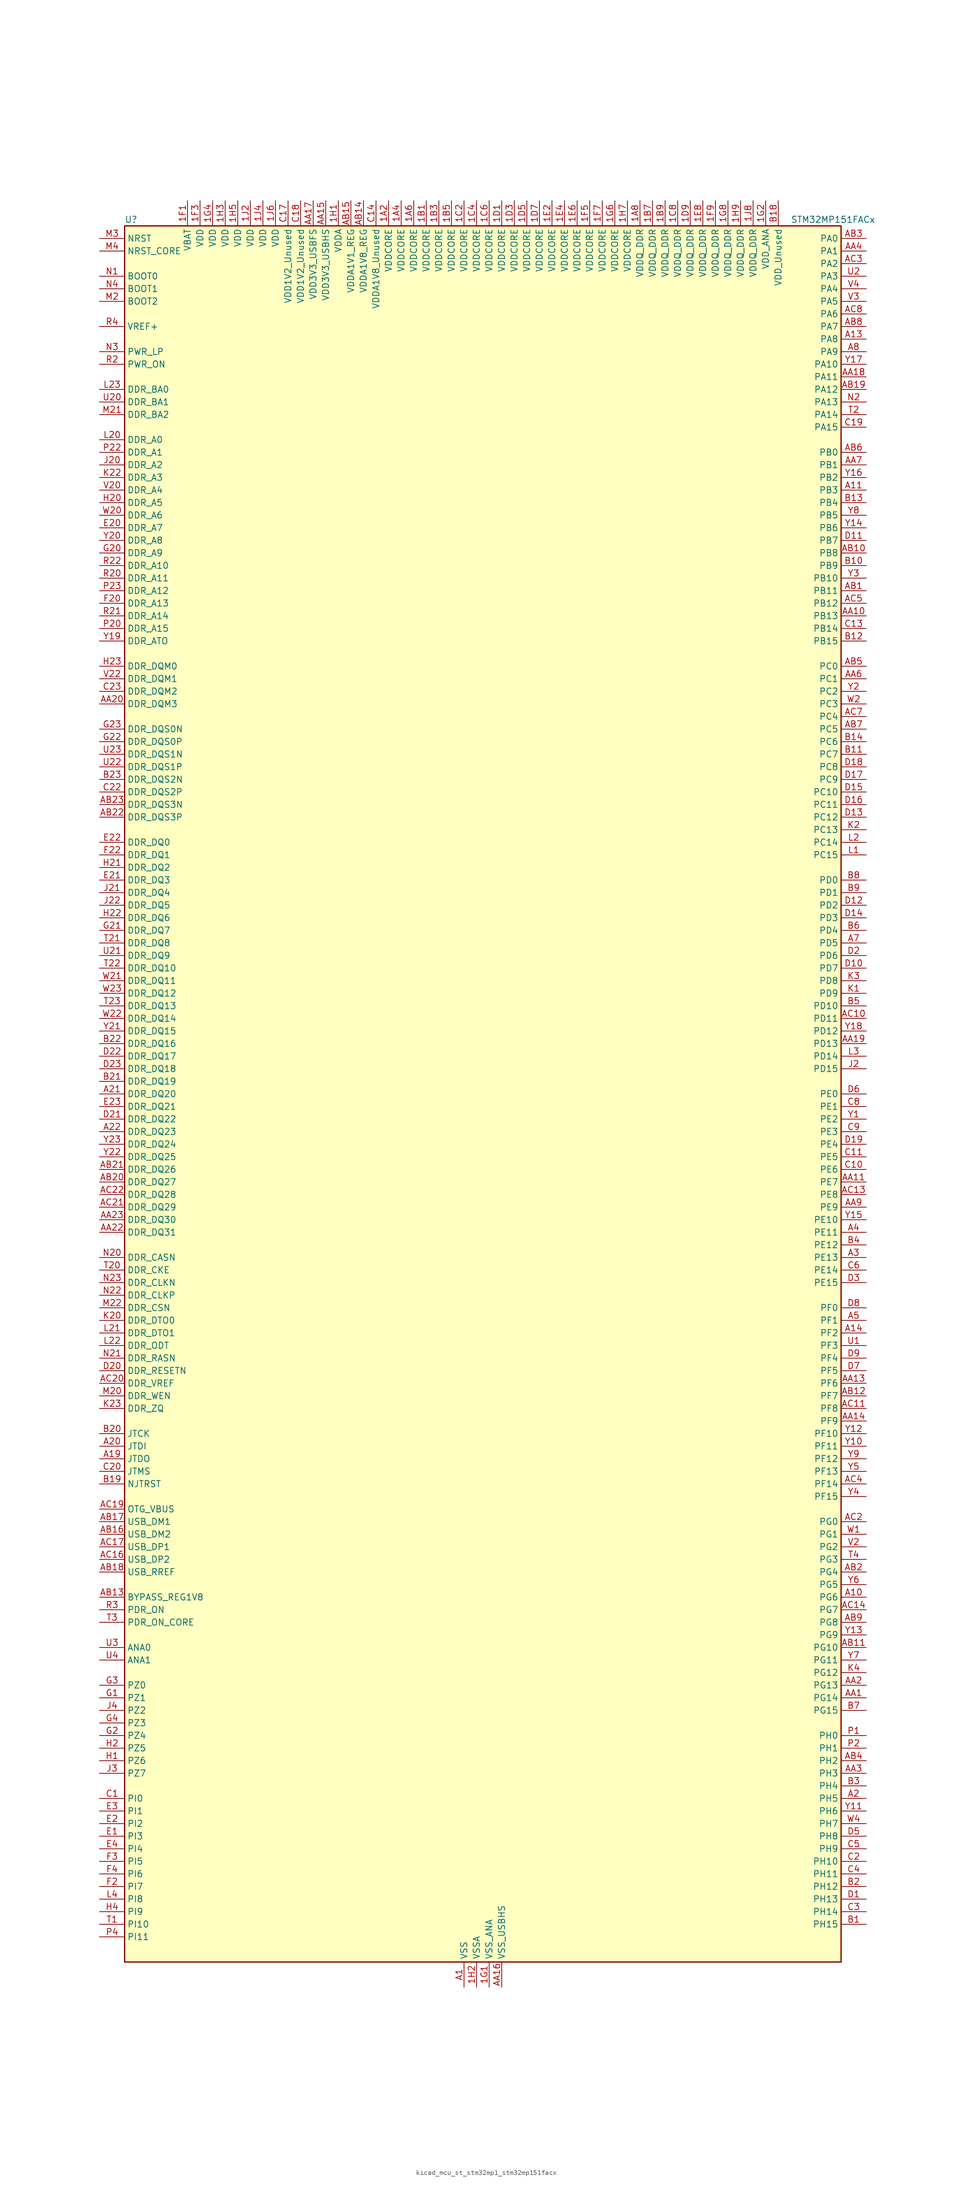
<source format=kicad_sym>
(kicad_symbol_lib
  (version 20220914)
  (generator kicad_symbol_editor)
  (symbol "kicad_mcu_st_stm32mp1_stm32mp151facx"
    (property "Reference" "U"
      (at -71.12 176.53 0)
      (effects (font (size 1.27 1.27)) (justify left)))
    (property "Value" "STM32MP151FACx"
      (at 63.5 176.53 0)
      (effects (font (size 1.27 1.27)) (justify left)))
    (property "ki_locked" ""
      (at 0 0 0)
      (effects (font (size 1.27 1.27))))
    (symbol "kicad_mcu_st_stm32mp1_stm32mp151facx_0_1"
      (rectangle (start -71.12 -175.26) (end 73.66 175.26) (stroke (width 0.254) (type default)) (fill (type background))))
    (symbol "kicad_mcu_st_stm32mp1_stm32mp151facx_1_1"
      (pin power_in line (at -17.78 180.34 270) (length 5.08) (name "VDDCORE" (effects (font (size 1.27 1.27)))) (number "1A2" (effects (font (size 1.27 1.27)))))
      (pin passive line (at -2.54 -180.34 90) (length 5.08) hide (name "VSS" (effects (font (size 1.27 1.27)))) (number "1A3" (effects (font (size 1.27 1.27)))))
      (pin power_in line (at -15.24 180.34 270) (length 5.08) (name "VDDCORE" (effects (font (size 1.27 1.27)))) (number "1A4" (effects (font (size 1.27 1.27)))))
      (pin passive line (at -2.54 -180.34 90) (length 5.08) hide (name "VSS" (effects (font (size 1.27 1.27)))) (number "1A5" (effects (font (size 1.27 1.27)))))
      (pin power_in line (at -12.7 180.34 270) (length 5.08) (name "VDDCORE" (effects (font (size 1.27 1.27)))) (number "1A6" (effects (font (size 1.27 1.27)))))
      (pin passive line (at -2.54 -180.34 90) (length 5.08) hide (name "VSS" (effects (font (size 1.27 1.27)))) (number "1A7" (effects (font (size 1.27 1.27)))))
      (pin power_in line (at 33.02 180.34 270) (length 5.08) (name "VDDQ_DDR" (effects (font (size 1.27 1.27)))) (number "1A8" (effects (font (size 1.27 1.27)))))
      (pin power_in line (at -10.16 180.34 270) (length 5.08) (name "VDDCORE" (effects (font (size 1.27 1.27)))) (number "1B1" (effects (font (size 1.27 1.27)))))
      (pin passive line (at -2.54 -180.34 90) (length 5.08) hide (name "VSS" (effects (font (size 1.27 1.27)))) (number "1B2" (effects (font (size 1.27 1.27)))))
      (pin power_in line (at -7.62 180.34 270) (length 5.08) (name "VDDCORE" (effects (font (size 1.27 1.27)))) (number "1B3" (effects (font (size 1.27 1.27)))))
      (pin passive line (at -2.54 -180.34 90) (length 5.08) hide (name "VSS" (effects (font (size 1.27 1.27)))) (number "1B4" (effects (font (size 1.27 1.27)))))
      (pin power_in line (at -5.08 180.34 270) (length 5.08) (name "VDDCORE" (effects (font (size 1.27 1.27)))) (number "1B5" (effects (font (size 1.27 1.27)))))
      (pin passive line (at -2.54 -180.34 90) (length 5.08) hide (name "VSS" (effects (font (size 1.27 1.27)))) (number "1B6" (effects (font (size 1.27 1.27)))))
      (pin power_in line (at 35.56 180.34 270) (length 5.08) (name "VDDQ_DDR" (effects (font (size 1.27 1.27)))) (number "1B7" (effects (font (size 1.27 1.27)))))
      (pin passive line (at -2.54 -180.34 90) (length 5.08) hide (name "VSS" (effects (font (size 1.27 1.27)))) (number "1B8" (effects (font (size 1.27 1.27)))))
      (pin power_in line (at 38.1 180.34 270) (length 5.08) (name "VDDQ_DDR" (effects (font (size 1.27 1.27)))) (number "1B9" (effects (font (size 1.27 1.27)))))
      (pin passive line (at -2.54 -180.34 90) (length 5.08) hide (name "VSS" (effects (font (size 1.27 1.27)))) (number "1C1" (effects (font (size 1.27 1.27)))))
      (pin power_in line (at -2.54 180.34 270) (length 5.08) (name "VDDCORE" (effects (font (size 1.27 1.27)))) (number "1C2" (effects (font (size 1.27 1.27)))))
      (pin passive line (at -2.54 -180.34 90) (length 5.08) hide (name "VSS" (effects (font (size 1.27 1.27)))) (number "1C3" (effects (font (size 1.27 1.27)))))
      (pin power_in line (at 0 180.34 270) (length 5.08) (name "VDDCORE" (effects (font (size 1.27 1.27)))) (number "1C4" (effects (font (size 1.27 1.27)))))
      (pin passive line (at -2.54 -180.34 90) (length 5.08) hide (name "VSS" (effects (font (size 1.27 1.27)))) (number "1C5" (effects (font (size 1.27 1.27)))))
      (pin power_in line (at 2.54 180.34 270) (length 5.08) (name "VDDCORE" (effects (font (size 1.27 1.27)))) (number "1C6" (effects (font (size 1.27 1.27)))))
      (pin passive line (at -2.54 -180.34 90) (length 5.08) hide (name "VSS" (effects (font (size 1.27 1.27)))) (number "1C7" (effects (font (size 1.27 1.27)))))
      (pin power_in line (at 40.64 180.34 270) (length 5.08) (name "VDDQ_DDR" (effects (font (size 1.27 1.27)))) (number "1C8" (effects (font (size 1.27 1.27)))))
      (pin passive line (at -2.54 -180.34 90) (length 5.08) hide (name "VSS" (effects (font (size 1.27 1.27)))) (number "1C9" (effects (font (size 1.27 1.27)))))
      (pin power_in line (at 5.08 180.34 270) (length 5.08) (name "VDDCORE" (effects (font (size 1.27 1.27)))) (number "1D1" (effects (font (size 1.27 1.27)))))
      (pin passive line (at -2.54 -180.34 90) (length 5.08) hide (name "VSS" (effects (font (size 1.27 1.27)))) (number "1D2" (effects (font (size 1.27 1.27)))))
      (pin power_in line (at 7.62 180.34 270) (length 5.08) (name "VDDCORE" (effects (font (size 1.27 1.27)))) (number "1D3" (effects (font (size 1.27 1.27)))))
      (pin passive line (at -2.54 -180.34 90) (length 5.08) hide (name "VSS" (effects (font (size 1.27 1.27)))) (number "1D4" (effects (font (size 1.27 1.27)))))
      (pin power_in line (at 10.16 180.34 270) (length 5.08) (name "VDDCORE" (effects (font (size 1.27 1.27)))) (number "1D5" (effects (font (size 1.27 1.27)))))
      (pin passive line (at -2.54 -180.34 90) (length 5.08) hide (name "VSS" (effects (font (size 1.27 1.27)))) (number "1D6" (effects (font (size 1.27 1.27)))))
      (pin power_in line (at 12.7 180.34 270) (length 5.08) (name "VDDCORE" (effects (font (size 1.27 1.27)))) (number "1D7" (effects (font (size 1.27 1.27)))))
      (pin passive line (at -2.54 -180.34 90) (length 5.08) hide (name "VSS" (effects (font (size 1.27 1.27)))) (number "1D8" (effects (font (size 1.27 1.27)))))
      (pin power_in line (at 43.18 180.34 270) (length 5.08) (name "VDDQ_DDR" (effects (font (size 1.27 1.27)))) (number "1D9" (effects (font (size 1.27 1.27)))))
      (pin passive line (at -2.54 -180.34 90) (length 5.08) hide (name "VSS" (effects (font (size 1.27 1.27)))) (number "1E1" (effects (font (size 1.27 1.27)))))
      (pin power_in line (at 15.24 180.34 270) (length 5.08) (name "VDDCORE" (effects (font (size 1.27 1.27)))) (number "1E2" (effects (font (size 1.27 1.27)))))
      (pin passive line (at -2.54 -180.34 90) (length 5.08) hide (name "VSS" (effects (font (size 1.27 1.27)))) (number "1E3" (effects (font (size 1.27 1.27)))))
      (pin power_in line (at 17.78 180.34 270) (length 5.08) (name "VDDCORE" (effects (font (size 1.27 1.27)))) (number "1E4" (effects (font (size 1.27 1.27)))))
      (pin passive line (at -2.54 -180.34 90) (length 5.08) hide (name "VSS" (effects (font (size 1.27 1.27)))) (number "1E5" (effects (font (size 1.27 1.27)))))
      (pin power_in line (at 20.32 180.34 270) (length 5.08) (name "VDDCORE" (effects (font (size 1.27 1.27)))) (number "1E6" (effects (font (size 1.27 1.27)))))
      (pin passive line (at -2.54 -180.34 90) (length 5.08) hide (name "VSS" (effects (font (size 1.27 1.27)))) (number "1E7" (effects (font (size 1.27 1.27)))))
      (pin power_in line (at 45.72 180.34 270) (length 5.08) (name "VDDQ_DDR" (effects (font (size 1.27 1.27)))) (number "1E8" (effects (font (size 1.27 1.27)))))
      (pin passive line (at -2.54 -180.34 90) (length 5.08) hide (name "VSS" (effects (font (size 1.27 1.27)))) (number "1E9" (effects (font (size 1.27 1.27)))))
      (pin power_in line (at -58.42 180.34 270) (length 5.08) (name "VBAT" (effects (font (size 1.27 1.27)))) (number "1F1" (effects (font (size 1.27 1.27)))))
      (pin passive line (at -2.54 -180.34 90) (length 5.08) hide (name "VSS" (effects (font (size 1.27 1.27)))) (number "1F2" (effects (font (size 1.27 1.27)))))
      (pin power_in line (at -55.88 180.34 270) (length 5.08) (name "VDD" (effects (font (size 1.27 1.27)))) (number "1F3" (effects (font (size 1.27 1.27)))))
      (pin passive line (at -2.54 -180.34 90) (length 5.08) hide (name "VSS" (effects (font (size 1.27 1.27)))) (number "1F4" (effects (font (size 1.27 1.27)))))
      (pin power_in line (at 22.86 180.34 270) (length 5.08) (name "VDDCORE" (effects (font (size 1.27 1.27)))) (number "1F5" (effects (font (size 1.27 1.27)))))
      (pin passive line (at -2.54 -180.34 90) (length 5.08) hide (name "VSS" (effects (font (size 1.27 1.27)))) (number "1F6" (effects (font (size 1.27 1.27)))))
      (pin power_in line (at 25.4 180.34 270) (length 5.08) (name "VDDCORE" (effects (font (size 1.27 1.27)))) (number "1F7" (effects (font (size 1.27 1.27)))))
      (pin passive line (at -2.54 -180.34 90) (length 5.08) hide (name "VSS" (effects (font (size 1.27 1.27)))) (number "1F8" (effects (font (size 1.27 1.27)))))
      (pin power_in line (at 48.26 180.34 270) (length 5.08) (name "VDDQ_DDR" (effects (font (size 1.27 1.27)))) (number "1F9" (effects (font (size 1.27 1.27)))))
      (pin power_in line (at 2.54 -180.34 90) (length 5.08) (name "VSS_ANA" (effects (font (size 1.27 1.27)))) (number "1G1" (effects (font (size 1.27 1.27)))))
      (pin power_in line (at 58.42 180.34 270) (length 5.08) (name "VDD_ANA" (effects (font (size 1.27 1.27)))) (number "1G2" (effects (font (size 1.27 1.27)))))
      (pin passive line (at -2.54 -180.34 90) (length 5.08) hide (name "VSS" (effects (font (size 1.27 1.27)))) (number "1G3" (effects (font (size 1.27 1.27)))))
      (pin power_in line (at -53.34 180.34 270) (length 5.08) (name "VDD" (effects (font (size 1.27 1.27)))) (number "1G4" (effects (font (size 1.27 1.27)))))
      (pin passive line (at -2.54 -180.34 90) (length 5.08) hide (name "VSS" (effects (font (size 1.27 1.27)))) (number "1G5" (effects (font (size 1.27 1.27)))))
      (pin power_in line (at 27.94 180.34 270) (length 5.08) (name "VDDCORE" (effects (font (size 1.27 1.27)))) (number "1G6" (effects (font (size 1.27 1.27)))))
      (pin passive line (at -2.54 -180.34 90) (length 5.08) hide (name "VSS" (effects (font (size 1.27 1.27)))) (number "1G7" (effects (font (size 1.27 1.27)))))
      (pin power_in line (at 50.8 180.34 270) (length 5.08) (name "VDDQ_DDR" (effects (font (size 1.27 1.27)))) (number "1G8" (effects (font (size 1.27 1.27)))))
      (pin passive line (at -2.54 -180.34 90) (length 5.08) hide (name "VSS" (effects (font (size 1.27 1.27)))) (number "1G9" (effects (font (size 1.27 1.27)))))
      (pin power_in line (at -27.94 180.34 270) (length 5.08) (name "VDDA" (effects (font (size 1.27 1.27)))) (number "1H1" (effects (font (size 1.27 1.27)))))
      (pin power_in line (at 0 -180.34 90) (length 5.08) (name "VSSA" (effects (font (size 1.27 1.27)))) (number "1H2" (effects (font (size 1.27 1.27)))))
      (pin power_in line (at -50.8 180.34 270) (length 5.08) (name "VDD" (effects (font (size 1.27 1.27)))) (number "1H3" (effects (font (size 1.27 1.27)))))
      (pin passive line (at -2.54 -180.34 90) (length 5.08) hide (name "VSS" (effects (font (size 1.27 1.27)))) (number "1H4" (effects (font (size 1.27 1.27)))))
      (pin power_in line (at -48.26 180.34 270) (length 5.08) (name "VDD" (effects (font (size 1.27 1.27)))) (number "1H5" (effects (font (size 1.27 1.27)))))
      (pin passive line (at -2.54 -180.34 90) (length 5.08) hide (name "VSS" (effects (font (size 1.27 1.27)))) (number "1H6" (effects (font (size 1.27 1.27)))))
      (pin power_in line (at 30.48 180.34 270) (length 5.08) (name "VDDCORE" (effects (font (size 1.27 1.27)))) (number "1H7" (effects (font (size 1.27 1.27)))))
      (pin passive line (at -2.54 -180.34 90) (length 5.08) hide (name "VSS" (effects (font (size 1.27 1.27)))) (number "1H8" (effects (font (size 1.27 1.27)))))
      (pin power_in line (at 53.34 180.34 270) (length 5.08) (name "VDDQ_DDR" (effects (font (size 1.27 1.27)))) (number "1H9" (effects (font (size 1.27 1.27)))))
      (pin power_in line (at -45.72 180.34 270) (length 5.08) (name "VDD" (effects (font (size 1.27 1.27)))) (number "1J2" (effects (font (size 1.27 1.27)))))
      (pin passive line (at -2.54 -180.34 90) (length 5.08) hide (name "VSS" (effects (font (size 1.27 1.27)))) (number "1J3" (effects (font (size 1.27 1.27)))))
      (pin power_in line (at -43.18 180.34 270) (length 5.08) (name "VDD" (effects (font (size 1.27 1.27)))) (number "1J4" (effects (font (size 1.27 1.27)))))
      (pin passive line (at -2.54 -180.34 90) (length 5.08) hide (name "VSS" (effects (font (size 1.27 1.27)))) (number "1J5" (effects (font (size 1.27 1.27)))))
      (pin power_in line (at -40.64 180.34 270) (length 5.08) (name "VDD" (effects (font (size 1.27 1.27)))) (number "1J6" (effects (font (size 1.27 1.27)))))
      (pin passive line (at -2.54 -180.34 90) (length 5.08) hide (name "VSS" (effects (font (size 1.27 1.27)))) (number "1J7" (effects (font (size 1.27 1.27)))))
      (pin power_in line (at 55.88 180.34 270) (length 5.08) (name "VDDQ_DDR" (effects (font (size 1.27 1.27)))) (number "1J8" (effects (font (size 1.27 1.27)))))
      (pin power_in line (at -2.54 -180.34 90) (length 5.08) (name "VSS" (effects (font (size 1.27 1.27)))) (number "A1" (effects (font (size 1.27 1.27)))))
      (pin bidirectional line (at 78.74 -101.6 180) (length 5.08) (name "PG6" (effects (font (size 1.27 1.27)))) (number "A10" (effects (font (size 1.27 1.27)))) (alternate "DCMI_D12" bidirectional line) (alternate "DEBUG_TRACED14" bidirectional line) (alternate "LTDC_R7" bidirectional line) (alternate "SDMMC2_CMD" bidirectional line) (alternate "TIM17_BKIN" bidirectional line))
      (pin bidirectional line (at 78.74 121.92 180) (length 5.08) (name "PB3" (effects (font (size 1.27 1.27)))) (number "A11" (effects (font (size 1.27 1.27)))) (alternate "DEBUG_TRACED9" bidirectional line) (alternate "I2S1_CK" bidirectional line) (alternate "I2S3_CK" bidirectional line) (alternate "SAI4_CK1" bidirectional line) (alternate "SAI4_MCLK_A" bidirectional line) (alternate "SDMMC2_D2" bidirectional line) (alternate "SPI1_SCK" bidirectional line) (alternate "SPI3_SCK" bidirectional line) (alternate "SPI6_SCK" bidirectional line) (alternate "TIM2_CH2" bidirectional line) (alternate "UART7_RX" bidirectional line))
      (pin bidirectional line (at 78.74 152.4 180) (length 5.08) (name "PA8" (effects (font (size 1.27 1.27)))) (number "A13" (effects (font (size 1.27 1.27)))) (alternate "I2C3_SCL" bidirectional line) (alternate "I2S3_SDO" bidirectional line) (alternate "LTDC_R6" bidirectional line) (alternate "RCC_MCO_1" bidirectional line) (alternate "SAI4_SD_B" bidirectional line) (alternate "SDMMC2_CKIN" bidirectional line) (alternate "SDMMC2_D4" bidirectional line) (alternate "SPI3_MOSI" bidirectional line) (alternate "TIM1_CH1" bidirectional line) (alternate "TIM8_BKIN2" bidirectional line) (alternate "UART7_RX" bidirectional line) (alternate "USART1_CK" bidirectional line) (alternate "USB_OTG_HS_SOF" bidirectional line))
      (pin bidirectional line (at 78.74 -48.26 180) (length 5.08) (name "PF2" (effects (font (size 1.27 1.27)))) (number "A14" (effects (font (size 1.27 1.27)))) (alternate "FMC_A2" bidirectional line) (alternate "I2C2_SMBA" bidirectional line) (alternate "SDMMC1_D0DIR" bidirectional line) (alternate "SDMMC2_D0DIR" bidirectional line) (alternate "SDMMC3_D0DIR" bidirectional line))
      (pin no_connect line (at -71.12 -175.26 0) (length 5.08) hide (name "DNU" (effects (font (size 1.27 1.27)))) (number "A16" (effects (font (size 1.27 1.27)))))
      (pin no_connect line (at -71.12 -172.72 0) (length 5.08) hide (name "DNU" (effects (font (size 1.27 1.27)))) (number "A17" (effects (font (size 1.27 1.27)))))
      (pin bidirectional line (at -76.2 -73.66 0) (length 5.08) (name "JTDO" (effects (font (size 1.27 1.27)))) (number "A19" (effects (font (size 1.27 1.27)))) (alternate "DEBUG_JTDO-SWO" bidirectional line))
      (pin bidirectional line (at 78.74 -142.24 180) (length 5.08) (name "PH5" (effects (font (size 1.27 1.27)))) (number "A2" (effects (font (size 1.27 1.27)))) (alternate "I2C2_SDA" bidirectional line) (alternate "SAI4_SD_B" bidirectional line) (alternate "SPI5_NSS" bidirectional line))
      (pin bidirectional line (at -76.2 -71.12 0) (length 5.08) (name "JTDI" (effects (font (size 1.27 1.27)))) (number "A20" (effects (font (size 1.27 1.27)))) (alternate "DEBUG_JTDI" bidirectional line))
      (pin bidirectional line (at -76.2 0 0) (length 5.08) (name "DDR_DQ20" (effects (font (size 1.27 1.27)))) (number "A21" (effects (font (size 1.27 1.27)))) (alternate "DDR_DQ20" bidirectional line))
      (pin bidirectional line (at -76.2 -7.62 0) (length 5.08) (name "DDR_DQ23" (effects (font (size 1.27 1.27)))) (number "A22" (effects (font (size 1.27 1.27)))) (alternate "DDR_DQ23" bidirectional line))
      (pin passive line (at -2.54 -180.34 90) (length 5.08) hide (name "VSS" (effects (font (size 1.27 1.27)))) (number "A23" (effects (font (size 1.27 1.27)))))
      (pin bidirectional line (at 78.74 -33.02 180) (length 5.08) (name "PE13" (effects (font (size 1.27 1.27)))) (number "A3" (effects (font (size 1.27 1.27)))) (alternate "DCMI_D6" bidirectional line) (alternate "DFSDM1_CKIN5" bidirectional line) (alternate "FMC_D10" bidirectional line) (alternate "FMC_DA10" bidirectional line) (alternate "HDP_HDP2" bidirectional line) (alternate "LTDC_DE" bidirectional line) (alternate "SAI2_FS_B" bidirectional line) (alternate "SPI4_MISO" bidirectional line) (alternate "TIM1_CH3" bidirectional line))
      (pin bidirectional line (at 78.74 -27.94 180) (length 5.08) (name "PE11" (effects (font (size 1.27 1.27)))) (number "A4" (effects (font (size 1.27 1.27)))) (alternate "ADC1_EXTI11" bidirectional line) (alternate "ADC2_EXTI11" bidirectional line) (alternate "DCMI_D4" bidirectional line) (alternate "DFSDM1_CKIN4" bidirectional line) (alternate "FMC_D8" bidirectional line) (alternate "FMC_DA8" bidirectional line) (alternate "LTDC_G3" bidirectional line) (alternate "SAI2_SD_B" bidirectional line) (alternate "SPI4_NSS" bidirectional line) (alternate "TIM1_CH2" bidirectional line) (alternate "USART6_CK" bidirectional line))
      (pin bidirectional line (at 78.74 -45.72 180) (length 5.08) (name "PF1" (effects (font (size 1.27 1.27)))) (number "A5" (effects (font (size 1.27 1.27)))) (alternate "FMC_A1" bidirectional line) (alternate "I2C2_SCL" bidirectional line) (alternate "SDMMC3_CDIR" bidirectional line) (alternate "SDMMC3_CMD" bidirectional line))
      (pin bidirectional line (at 78.74 30.48 180) (length 5.08) (name "PD5" (effects (font (size 1.27 1.27)))) (number "A7" (effects (font (size 1.27 1.27)))) (alternate "FMC_NWE" bidirectional line) (alternate "SDMMC3_D2" bidirectional line) (alternate "USART2_TX" bidirectional line))
      (pin bidirectional line (at 78.74 149.86 180) (length 5.08) (name "PA9" (effects (font (size 1.27 1.27)))) (number "A8" (effects (font (size 1.27 1.27)))) (alternate "DAC1_EXTI9" bidirectional line) (alternate "DCMI_D0" bidirectional line) (alternate "I2C3_SMBA" bidirectional line) (alternate "I2S2_CK" bidirectional line) (alternate "LTDC_R5" bidirectional line) (alternate "SDMMC2_CDIR" bidirectional line) (alternate "SDMMC2_D5" bidirectional line) (alternate "SPI2_SCK" bidirectional line) (alternate "TIM1_CH2" bidirectional line) (alternate "USART1_TX" bidirectional line))
      (pin bidirectional line (at 78.74 -121.92 180) (length 5.08) (name "PG14" (effects (font (size 1.27 1.27)))) (number "AA1" (effects (font (size 1.27 1.27)))) (alternate "DEBUG_TRACED1" bidirectional line) (alternate "ETH1_TXD1" bidirectional line) (alternate "FMC_A25" bidirectional line) (alternate "LPTIM1_ETR" bidirectional line) (alternate "LTDC_B0" bidirectional line) (alternate "QUADSPI_BK2_IO3" bidirectional line) (alternate "SAI4_D1" bidirectional line) (alternate "SAI4_SD_A" bidirectional line) (alternate "SPI6_MOSI" bidirectional line) (alternate "USART6_TX" bidirectional line))
      (pin bidirectional line (at 78.74 96.52 180) (length 5.08) (name "PB13" (effects (font (size 1.27 1.27)))) (number "AA10" (effects (font (size 1.27 1.27)))) (alternate "DFSDM1_CKIN1" bidirectional line) (alternate "DFSDM1_CKOUT" bidirectional line) (alternate "ETH1_TXD1" bidirectional line) (alternate "I2S2_CK" bidirectional line) (alternate "LPTIM2_OUT" bidirectional line) (alternate "SPI2_SCK" bidirectional line) (alternate "TIM1_CH1N" bidirectional line) (alternate "UART5_TX" bidirectional line) (alternate "USART3_CTS" bidirectional line) (alternate "USART3_NSS" bidirectional line))
      (pin bidirectional line (at 78.74 -17.78 180) (length 5.08) (name "PE7" (effects (font (size 1.27 1.27)))) (number "AA11" (effects (font (size 1.27 1.27)))) (alternate "DFSDM1_DATIN2" bidirectional line) (alternate "FMC_D4" bidirectional line) (alternate "FMC_DA4" bidirectional line) (alternate "QUADSPI_BK2_IO0" bidirectional line) (alternate "TIM1_ETR" bidirectional line) (alternate "TIM3_ETR" bidirectional line) (alternate "UART7_RX" bidirectional line))
      (pin passive line (at -2.54 -180.34 90) (length 5.08) hide (name "VSS" (effects (font (size 1.27 1.27)))) (number "AA12" (effects (font (size 1.27 1.27)))))
      (pin bidirectional line (at 78.74 -58.42 180) (length 5.08) (name "PF6" (effects (font (size 1.27 1.27)))) (number "AA13" (effects (font (size 1.27 1.27)))) (alternate "QUADSPI_BK1_IO3" bidirectional line) (alternate "SAI1_SD_B" bidirectional line) (alternate "SAI4_SCK_B" bidirectional line) (alternate "SPI5_NSS" bidirectional line) (alternate "TIM16_CH1" bidirectional line) (alternate "UART7_RX" bidirectional line))
      (pin bidirectional line (at 78.74 -66.04 180) (length 5.08) (name "PF9" (effects (font (size 1.27 1.27)))) (number "AA14" (effects (font (size 1.27 1.27)))) (alternate "DAC1_EXTI9" bidirectional line) (alternate "DEBUG_TRACED13" bidirectional line) (alternate "QUADSPI_BK1_IO1" bidirectional line) (alternate "SAI1_FS_B" bidirectional line) (alternate "SPI5_MOSI" bidirectional line) (alternate "TIM14_CH1" bidirectional line) (alternate "TIM17_CH1N" bidirectional line) (alternate "UART7_CTS" bidirectional line))
      (pin power_in line (at -30.48 180.34 270) (length 5.08) (name "VDD3V3_USBHS" (effects (font (size 1.27 1.27)))) (number "AA15" (effects (font (size 1.27 1.27)))))
      (pin power_in line (at 5.08 -180.34 90) (length 5.08) (name "VSS_USBHS" (effects (font (size 1.27 1.27)))) (number "AA16" (effects (font (size 1.27 1.27)))))
      (pin power_in line (at -33.02 180.34 270) (length 5.08) (name "VDD3V3_USBFS" (effects (font (size 1.27 1.27)))) (number "AA17" (effects (font (size 1.27 1.27)))))
      (pin bidirectional line (at 78.74 144.78 180) (length 5.08) (name "PA11" (effects (font (size 1.27 1.27)))) (number "AA18" (effects (font (size 1.27 1.27)))) (alternate "ADC1_EXTI11" bidirectional line) (alternate "ADC2_EXTI11" bidirectional line) (alternate "I2C5_SCL" bidirectional line) (alternate "I2C6_SCL" bidirectional line) (alternate "I2S2_WS" bidirectional line) (alternate "LTDC_R4" bidirectional line) (alternate "SPI2_NSS" bidirectional line) (alternate "TIM1_CH4" bidirectional line) (alternate "UART4_RX" bidirectional line) (alternate "USART1_CTS" bidirectional line) (alternate "USART1_NSS" bidirectional line))
      (pin bidirectional line (at 78.74 10.16 180) (length 5.08) (name "PD13" (effects (font (size 1.27 1.27)))) (number "AA19" (effects (font (size 1.27 1.27)))) (alternate "FMC_A18" bidirectional line) (alternate "I2C1_SDA" bidirectional line) (alternate "I2C4_SDA" bidirectional line) (alternate "I2S3_MCK" bidirectional line) (alternate "LPTIM1_OUT" bidirectional line) (alternate "QUADSPI_BK1_IO3" bidirectional line) (alternate "SAI2_SCK_A" bidirectional line) (alternate "TIM4_CH2" bidirectional line))
      (pin bidirectional line (at 78.74 -119.38 180) (length 5.08) (name "PG13" (effects (font (size 1.27 1.27)))) (number "AA2" (effects (font (size 1.27 1.27)))) (alternate "DEBUG_TRACED0" bidirectional line) (alternate "ETH1_TXD0" bidirectional line) (alternate "FMC_A24" bidirectional line) (alternate "LPTIM1_OUT" bidirectional line) (alternate "LTDC_R0" bidirectional line) (alternate "SAI1_CK2" bidirectional line) (alternate "SAI1_SCK_A" bidirectional line) (alternate "SAI4_CK1" bidirectional line) (alternate "SAI4_MCLK_A" bidirectional line) (alternate "SPI6_SCK" bidirectional line) (alternate "USART6_CTS" bidirectional line) (alternate "USART6_NSS" bidirectional line))
      (pin bidirectional line (at -76.2 78.74 0) (length 5.08) (name "DDR_DQM3" (effects (font (size 1.27 1.27)))) (number "AA20" (effects (font (size 1.27 1.27)))) (alternate "DDR_DQM3" bidirectional line))
      (pin passive line (at -2.54 -180.34 90) (length 5.08) hide (name "VSS" (effects (font (size 1.27 1.27)))) (number "AA21" (effects (font (size 1.27 1.27)))))
      (pin bidirectional line (at -76.2 -27.94 0) (length 5.08) (name "DDR_DQ31" (effects (font (size 1.27 1.27)))) (number "AA22" (effects (font (size 1.27 1.27)))) (alternate "DDR_DQ31" bidirectional line))
      (pin bidirectional line (at -76.2 -25.4 0) (length 5.08) (name "DDR_DQ30" (effects (font (size 1.27 1.27)))) (number "AA23" (effects (font (size 1.27 1.27)))) (alternate "DDR_DQ30" bidirectional line))
      (pin bidirectional line (at 78.74 -137.16 180) (length 5.08) (name "PH3" (effects (font (size 1.27 1.27)))) (number "AA3" (effects (font (size 1.27 1.27)))) (alternate "DFSDM1_CKIN4" bidirectional line) (alternate "ETH1_COL" bidirectional line) (alternate "LTDC_R1" bidirectional line) (alternate "QUADSPI_BK2_IO1" bidirectional line) (alternate "SAI2_MCLK_B" bidirectional line))
      (pin bidirectional line (at 78.74 170.18 180) (length 5.08) (name "PA1" (effects (font (size 1.27 1.27)))) (number "AA4" (effects (font (size 1.27 1.27)))) (alternate "ADC1_INN16" bidirectional line) (alternate "ADC1_INP17" bidirectional line) (alternate "ETH1_CLK" bidirectional line) (alternate "ETH1_REF_CLK" bidirectional line) (alternate "ETH1_RX_CLK" bidirectional line) (alternate "LPTIM3_OUT" bidirectional line) (alternate "LTDC_R2" bidirectional line) (alternate "QUADSPI_BK1_IO3" bidirectional line) (alternate "SAI2_MCLK_B" bidirectional line) (alternate "TIM15_CH1N" bidirectional line) (alternate "TIM2_CH2" bidirectional line) (alternate "TIM5_CH2" bidirectional line) (alternate "UART4_RX" bidirectional line) (alternate "USART2_DE" bidirectional line) (alternate "USART2_RTS" bidirectional line))
      (pin passive line (at -2.54 -180.34 90) (length 5.08) hide (name "VSS" (effects (font (size 1.27 1.27)))) (number "AA5" (effects (font (size 1.27 1.27)))))
      (pin bidirectional line (at 78.74 83.82 180) (length 5.08) (name "PC1" (effects (font (size 1.27 1.27)))) (number "AA6" (effects (font (size 1.27 1.27)))) (alternate "ADC1_INN10" bidirectional line) (alternate "ADC1_INP11" bidirectional line) (alternate "ADC2_INN10" bidirectional line) (alternate "ADC2_INP11" bidirectional line) (alternate "DEBUG_TRACED0" bidirectional line) (alternate "DFSDM1_CKIN4" bidirectional line) (alternate "DFSDM1_DATIN0" bidirectional line) (alternate "ETH1_MDC" bidirectional line) (alternate "I2S2_SDO" bidirectional line) (alternate "PWR_WKUP6" bidirectional line) (alternate "SAI1_D1" bidirectional line) (alternate "SAI1_SD_A" bidirectional line) (alternate "SDMMC2_CK" bidirectional line) (alternate "SPI2_MOSI" bidirectional line) (alternate "TAMP_IN3" bidirectional line))
      (pin bidirectional line (at 78.74 127 180) (length 5.08) (name "PB1" (effects (font (size 1.27 1.27)))) (number "AA7" (effects (font (size 1.27 1.27)))) (alternate "ADC1_INP5" bidirectional line) (alternate "ADC2_INP5" bidirectional line) (alternate "DFSDM1_DATIN1" bidirectional line) (alternate "ETH1_RXD3" bidirectional line) (alternate "LTDC_G0" bidirectional line) (alternate "LTDC_R6" bidirectional line) (alternate "TIM1_CH3N" bidirectional line) (alternate "TIM3_CH4" bidirectional line) (alternate "TIM8_CH3N" bidirectional line))
      (pin passive line (at -2.54 -180.34 90) (length 5.08) hide (name "VSS" (effects (font (size 1.27 1.27)))) (number "AA8" (effects (font (size 1.27 1.27)))))
      (pin bidirectional line (at 78.74 -22.86 180) (length 5.08) (name "PE9" (effects (font (size 1.27 1.27)))) (number "AA9" (effects (font (size 1.27 1.27)))) (alternate "DAC1_EXTI9" bidirectional line) (alternate "DFSDM1_CKOUT" bidirectional line) (alternate "FMC_D6" bidirectional line) (alternate "FMC_DA6" bidirectional line) (alternate "QUADSPI_BK2_IO2" bidirectional line) (alternate "TIM1_CH1" bidirectional line) (alternate "UART7_DE" bidirectional line) (alternate "UART7_RTS" bidirectional line))
      (pin bidirectional line (at 78.74 101.6 180) (length 5.08) (name "PB11" (effects (font (size 1.27 1.27)))) (number "AB1" (effects (font (size 1.27 1.27)))) (alternate "ADC1_EXTI11" bidirectional line) (alternate "ADC2_EXTI11" bidirectional line) (alternate "DFSDM1_CKIN7" bidirectional line) (alternate "ETH1_TX_CTL" bidirectional line) (alternate "ETH1_TX_EN" bidirectional line) (alternate "I2C2_SDA" bidirectional line) (alternate "LPTIM2_ETR" bidirectional line) (alternate "LTDC_G5" bidirectional line) (alternate "TIM2_CH4" bidirectional line) (alternate "USART3_RX" bidirectional line))
      (pin bidirectional line (at 78.74 109.22 180) (length 5.08) (name "PB8" (effects (font (size 1.27 1.27)))) (number "AB10" (effects (font (size 1.27 1.27)))) (alternate "DCMI_D6" bidirectional line) (alternate "DFSDM1_CKIN7" bidirectional line) (alternate "ETH1_TXD3" bidirectional line) (alternate "HDP_HDP6" bidirectional line) (alternate "I2C1_SCL" bidirectional line) (alternate "I2C4_SCL" bidirectional line) (alternate "LTDC_B6" bidirectional line) (alternate "SDMMC1_CKIN" bidirectional line) (alternate "SDMMC1_D4" bidirectional line) (alternate "SDMMC2_CKIN" bidirectional line) (alternate "SDMMC2_D4" bidirectional line) (alternate "TIM16_CH1" bidirectional line) (alternate "TIM4_CH3" bidirectional line) (alternate "UART4_RX" bidirectional line))
      (pin bidirectional line (at 78.74 -111.76 180) (length 5.08) (name "PG10" (effects (font (size 1.27 1.27)))) (number "AB11" (effects (font (size 1.27 1.27)))) (alternate "DCMI_D2" bidirectional line) (alternate "DEBUG_TRACED10" bidirectional line) (alternate "FMC_NE3" bidirectional line) (alternate "LTDC_B2" bidirectional line) (alternate "LTDC_G3" bidirectional line) (alternate "QUADSPI_BK2_IO2" bidirectional line) (alternate "SAI2_SD_B" bidirectional line) (alternate "UART8_CTS" bidirectional line))
      (pin bidirectional line (at 78.74 -60.96 180) (length 5.08) (name "PF7" (effects (font (size 1.27 1.27)))) (number "AB12" (effects (font (size 1.27 1.27)))) (alternate "QUADSPI_BK1_IO2" bidirectional line) (alternate "SAI1_MCLK_B" bidirectional line) (alternate "SPI5_SCK" bidirectional line) (alternate "TIM17_CH1" bidirectional line) (alternate "UART7_TX" bidirectional line))
      (pin bidirectional line (at -76.2 -101.6 0) (length 5.08) (name "BYPASS_REG1V8" (effects (font (size 1.27 1.27)))) (number "AB13" (effects (font (size 1.27 1.27)))))
      (pin power_in line (at -22.86 180.34 270) (length 5.08) (name "VDDA1V8_REG" (effects (font (size 1.27 1.27)))) (number "AB14" (effects (font (size 1.27 1.27)))))
      (pin power_in line (at -25.4 180.34 270) (length 5.08) (name "VDDA1V1_REG" (effects (font (size 1.27 1.27)))) (number "AB15" (effects (font (size 1.27 1.27)))))
      (pin bidirectional line (at -76.2 -88.9 0) (length 5.08) (name "USB_DM2" (effects (font (size 1.27 1.27)))) (number "AB16" (effects (font (size 1.27 1.27)))) (alternate "USBH_HS2_DM" bidirectional line) (alternate "USB_OTG_HS_DM" bidirectional line))
      (pin bidirectional line (at -76.2 -86.36 0) (length 5.08) (name "USB_DM1" (effects (font (size 1.27 1.27)))) (number "AB17" (effects (font (size 1.27 1.27)))) (alternate "USBH_HS1_DM" bidirectional line))
      (pin bidirectional line (at -76.2 -96.52 0) (length 5.08) (name "USB_RREF" (effects (font (size 1.27 1.27)))) (number "AB18" (effects (font (size 1.27 1.27)))))
      (pin bidirectional line (at 78.74 142.24 180) (length 5.08) (name "PA12" (effects (font (size 1.27 1.27)))) (number "AB19" (effects (font (size 1.27 1.27)))) (alternate "I2C5_SDA" bidirectional line) (alternate "I2C6_SDA" bidirectional line) (alternate "LTDC_R5" bidirectional line) (alternate "SAI2_FS_B" bidirectional line) (alternate "TIM1_ETR" bidirectional line) (alternate "UART4_TX" bidirectional line) (alternate "USART1_DE" bidirectional line) (alternate "USART1_RTS" bidirectional line))
      (pin bidirectional line (at 78.74 -96.52 180) (length 5.08) (name "PG4" (effects (font (size 1.27 1.27)))) (number "AB2" (effects (font (size 1.27 1.27)))) (alternate "ETH1_GTX_CLK" bidirectional line) (alternate "FMC_A14" bidirectional line) (alternate "TIM1_BKIN2" bidirectional line))
      (pin bidirectional line (at -76.2 -17.78 0) (length 5.08) (name "DDR_DQ27" (effects (font (size 1.27 1.27)))) (number "AB20" (effects (font (size 1.27 1.27)))) (alternate "DDR_DQ27" bidirectional line))
      (pin bidirectional line (at -76.2 -15.24 0) (length 5.08) (name "DDR_DQ26" (effects (font (size 1.27 1.27)))) (number "AB21" (effects (font (size 1.27 1.27)))) (alternate "DDR_DQ26" bidirectional line))
      (pin bidirectional line (at -76.2 55.88 0) (length 5.08) (name "DDR_DQS3P" (effects (font (size 1.27 1.27)))) (number "AB22" (effects (font (size 1.27 1.27)))) (alternate "DDR_DQS3P" bidirectional line))
      (pin bidirectional line (at -76.2 58.42 0) (length 5.08) (name "DDR_DQS3N" (effects (font (size 1.27 1.27)))) (number "AB23" (effects (font (size 1.27 1.27)))) (alternate "DDR_DQS3N" bidirectional line))
      (pin bidirectional line (at 78.74 172.72 180) (length 5.08) (name "PA0" (effects (font (size 1.27 1.27)))) (number "AB3" (effects (font (size 1.27 1.27)))) (alternate "ADC1_INP16" bidirectional line) (alternate "ETH1_CRS" bidirectional line) (alternate "PWR_WKUP1" bidirectional line) (alternate "SAI2_SD_B" bidirectional line) (alternate "SDMMC2_CMD" bidirectional line) (alternate "TIM15_BKIN" bidirectional line) (alternate "TIM2_CH1" bidirectional line) (alternate "TIM2_ETR" bidirectional line) (alternate "TIM5_CH1" bidirectional line) (alternate "TIM8_ETR" bidirectional line) (alternate "UART4_TX" bidirectional line) (alternate "USART2_CTS" bidirectional line) (alternate "USART2_NSS" bidirectional line))
      (pin bidirectional line (at 78.74 -134.62 180) (length 5.08) (name "PH2" (effects (font (size 1.27 1.27)))) (number "AB4" (effects (font (size 1.27 1.27)))) (alternate "ETH1_CRS" bidirectional line) (alternate "LPTIM1_IN2" bidirectional line) (alternate "LTDC_R0" bidirectional line) (alternate "QUADSPI_BK2_IO0" bidirectional line) (alternate "SAI2_SCK_B" bidirectional line))
      (pin bidirectional line (at 78.74 86.36 180) (length 5.08) (name "PC0" (effects (font (size 1.27 1.27)))) (number "AB5" (effects (font (size 1.27 1.27)))) (alternate "ADC1_INP10" bidirectional line) (alternate "ADC2_INP10" bidirectional line) (alternate "DFSDM1_CKIN0" bidirectional line) (alternate "DFSDM1_DATIN4" bidirectional line) (alternate "LPTIM2_IN2" bidirectional line) (alternate "LTDC_R5" bidirectional line) (alternate "QUADSPI_BK2_NCS" bidirectional line) (alternate "SAI2_FS_B" bidirectional line))
      (pin bidirectional line (at 78.74 129.54 180) (length 5.08) (name "PB0" (effects (font (size 1.27 1.27)))) (number "AB6" (effects (font (size 1.27 1.27)))) (alternate "ADC1_INN5" bidirectional line) (alternate "ADC1_INP9" bidirectional line) (alternate "ADC2_INN5" bidirectional line) (alternate "ADC2_INP9" bidirectional line) (alternate "DFSDM1_CKOUT" bidirectional line) (alternate "ETH1_RXD2" bidirectional line) (alternate "LTDC_G1" bidirectional line) (alternate "LTDC_R3" bidirectional line) (alternate "TIM1_CH2N" bidirectional line) (alternate "TIM3_CH3" bidirectional line) (alternate "TIM8_CH2N" bidirectional line) (alternate "UART4_CTS" bidirectional line))
      (pin bidirectional line (at 78.74 73.66 180) (length 5.08) (name "PC5" (effects (font (size 1.27 1.27)))) (number "AB7" (effects (font (size 1.27 1.27)))) (alternate "ADC1_INN4" bidirectional line) (alternate "ADC1_INP8" bidirectional line) (alternate "ADC2_INN4" bidirectional line) (alternate "ADC2_INP8" bidirectional line) (alternate "DFSDM1_DATIN2" bidirectional line) (alternate "ETH1_RXD1" bidirectional line) (alternate "SAI1_D3" bidirectional line) (alternate "SAI1_D4" bidirectional line) (alternate "SAI4_D3" bidirectional line) (alternate "SAI4_D4" bidirectional line) (alternate "SPDIFRX_IN3" bidirectional line))
      (pin bidirectional line (at 78.74 154.94 180) (length 5.08) (name "PA7" (effects (font (size 1.27 1.27)))) (number "AB8" (effects (font (size 1.27 1.27)))) (alternate "ADC1_INN3" bidirectional line) (alternate "ADC1_INP7" bidirectional line) (alternate "ADC2_INN3" bidirectional line) (alternate "ADC2_INP7" bidirectional line) (alternate "ETH1_CRS_DV" bidirectional line) (alternate "ETH1_RX_CTL" bidirectional line) (alternate "ETH1_RX_DV" bidirectional line) (alternate "I2S1_SDO" bidirectional line) (alternate "QUADSPI_CLK" bidirectional line) (alternate "SAI4_D1" bidirectional line) (alternate "SAI4_SD_A" bidirectional line) (alternate "SPI1_MOSI" bidirectional line) (alternate "SPI6_MOSI" bidirectional line) (alternate "TIM14_CH1" bidirectional line) (alternate "TIM1_CH1N" bidirectional line) (alternate "TIM3_CH2" bidirectional line) (alternate "TIM8_CH1N" bidirectional line))
      (pin bidirectional line (at 78.74 -106.68 180) (length 5.08) (name "PG8" (effects (font (size 1.27 1.27)))) (number "AB9" (effects (font (size 1.27 1.27)))) (alternate "DEBUG_TRACED15" bidirectional line) (alternate "ETH1_CLK" bidirectional line) (alternate "ETH1_PPS_OUT" bidirectional line) (alternate "LTDC_G7" bidirectional line) (alternate "SAI4_D2" bidirectional line) (alternate "SAI4_FS_A" bidirectional line) (alternate "SPDIFRX_IN2" bidirectional line) (alternate "SPI6_NSS" bidirectional line) (alternate "TIM2_CH1" bidirectional line) (alternate "TIM2_ETR" bidirectional line) (alternate "TIM8_ETR" bidirectional line) (alternate "USART3_DE" bidirectional line) (alternate "USART3_RTS" bidirectional line) (alternate "USART6_DE" bidirectional line) (alternate "USART6_RTS" bidirectional line))
      (pin passive line (at -2.54 -180.34 90) (length 5.08) hide (name "VSS" (effects (font (size 1.27 1.27)))) (number "AC1" (effects (font (size 1.27 1.27)))))
      (pin bidirectional line (at 78.74 15.24 180) (length 5.08) (name "PD11" (effects (font (size 1.27 1.27)))) (number "AC10" (effects (font (size 1.27 1.27)))) (alternate "ADC1_EXTI11" bidirectional line) (alternate "ADC2_EXTI11" bidirectional line) (alternate "FMC_A16" bidirectional line) (alternate "FMC_CLE" bidirectional line) (alternate "I2C1_SMBA" bidirectional line) (alternate "I2C4_SMBA" bidirectional line) (alternate "LPTIM2_IN2" bidirectional line) (alternate "QUADSPI_BK1_IO0" bidirectional line) (alternate "SAI2_SD_A" bidirectional line) (alternate "USART3_CTS" bidirectional line) (alternate "USART3_NSS" bidirectional line))
      (pin bidirectional line (at 78.74 -63.5 180) (length 5.08) (name "PF8" (effects (font (size 1.27 1.27)))) (number "AC11" (effects (font (size 1.27 1.27)))) (alternate "DEBUG_TRACED12" bidirectional line) (alternate "QUADSPI_BK1_IO0" bidirectional line) (alternate "SAI1_SCK_B" bidirectional line) (alternate "SPI5_MISO" bidirectional line) (alternate "TIM13_CH1" bidirectional line) (alternate "TIM16_CH1N" bidirectional line) (alternate "UART7_DE" bidirectional line) (alternate "UART7_RTS" bidirectional line))
      (pin bidirectional line (at 78.74 -20.32 180) (length 5.08) (name "PE8" (effects (font (size 1.27 1.27)))) (number "AC13" (effects (font (size 1.27 1.27)))) (alternate "DFSDM1_CKIN2" bidirectional line) (alternate "FMC_D5" bidirectional line) (alternate "FMC_DA5" bidirectional line) (alternate "QUADSPI_BK2_IO1" bidirectional line) (alternate "TIM1_CH1N" bidirectional line) (alternate "UART7_TX" bidirectional line))
      (pin bidirectional line (at 78.74 -104.14 180) (length 5.08) (name "PG7" (effects (font (size 1.27 1.27)))) (number "AC14" (effects (font (size 1.27 1.27)))) (alternate "DCMI_D13" bidirectional line) (alternate "DEBUG_TRACED5" bidirectional line) (alternate "LTDC_CLK" bidirectional line) (alternate "QUADSPI_BK2_IO3" bidirectional line) (alternate "QUADSPI_CLK" bidirectional line) (alternate "SAI1_MCLK_A" bidirectional line) (alternate "UART8_DE" bidirectional line) (alternate "UART8_RTS" bidirectional line) (alternate "USART6_CK" bidirectional line))
      (pin bidirectional line (at -76.2 -93.98 0) (length 5.08) (name "USB_DP2" (effects (font (size 1.27 1.27)))) (number "AC16" (effects (font (size 1.27 1.27)))) (alternate "USBH_HS2_DP" bidirectional line) (alternate "USB_OTG_HS_DP" bidirectional line))
      (pin bidirectional line (at -76.2 -91.44 0) (length 5.08) (name "USB_DP1" (effects (font (size 1.27 1.27)))) (number "AC17" (effects (font (size 1.27 1.27)))) (alternate "USBH_HS1_DP" bidirectional line))
      (pin bidirectional line (at -76.2 -83.82 0) (length 5.08) (name "OTG_VBUS" (effects (font (size 1.27 1.27)))) (number "AC19" (effects (font (size 1.27 1.27)))) (alternate "USB_OTG_HS_VBUS" bidirectional line))
      (pin bidirectional line (at 78.74 -86.36 180) (length 5.08) (name "PG0" (effects (font (size 1.27 1.27)))) (number "AC2" (effects (font (size 1.27 1.27)))) (alternate "DEBUG_TRACED0" bidirectional line) (alternate "DFSDM1_DATIN0" bidirectional line) (alternate "ETH1_TXD4" bidirectional line) (alternate "FMC_A10" bidirectional line))
      (pin bidirectional line (at -76.2 -58.42 0) (length 5.08) (name "DDR_VREF" (effects (font (size 1.27 1.27)))) (number "AC20" (effects (font (size 1.27 1.27)))) (alternate "DDR_VREF" bidirectional line))
      (pin bidirectional line (at -76.2 -22.86 0) (length 5.08) (name "DDR_DQ29" (effects (font (size 1.27 1.27)))) (number "AC21" (effects (font (size 1.27 1.27)))) (alternate "DDR_DQ29" bidirectional line))
      (pin bidirectional line (at -76.2 -20.32 0) (length 5.08) (name "DDR_DQ28" (effects (font (size 1.27 1.27)))) (number "AC22" (effects (font (size 1.27 1.27)))) (alternate "DDR_DQ28" bidirectional line))
      (pin passive line (at -2.54 -180.34 90) (length 5.08) hide (name "VSS" (effects (font (size 1.27 1.27)))) (number "AC23" (effects (font (size 1.27 1.27)))))
      (pin bidirectional line (at 78.74 167.64 180) (length 5.08) (name "PA2" (effects (font (size 1.27 1.27)))) (number "AC3" (effects (font (size 1.27 1.27)))) (alternate "ADC1_INP14" bidirectional line) (alternate "ETH1_MDIO" bidirectional line) (alternate "LPTIM4_OUT" bidirectional line) (alternate "LTDC_R1" bidirectional line) (alternate "PWR_WKUP2" bidirectional line) (alternate "SAI2_SCK_B" bidirectional line) (alternate "SDMMC2_D0DIR" bidirectional line) (alternate "TIM15_CH1" bidirectional line) (alternate "TIM2_CH3" bidirectional line) (alternate "TIM5_CH3" bidirectional line) (alternate "USART2_TX" bidirectional line))
      (pin bidirectional line (at 78.74 -78.74 180) (length 5.08) (name "PF14" (effects (font (size 1.27 1.27)))) (number "AC4" (effects (font (size 1.27 1.27)))) (alternate "ADC2_INN2" bidirectional line) (alternate "ADC2_INP6" bidirectional line) (alternate "DEBUG_TRACED6" bidirectional line) (alternate "DFSDM1_CKIN6" bidirectional line) (alternate "ETH1_RXD6" bidirectional line) (alternate "FMC_A8" bidirectional line) (alternate "I2C1_SCL" bidirectional line) (alternate "I2C4_SCL" bidirectional line))
      (pin bidirectional line (at 78.74 99.06 180) (length 5.08) (name "PB12" (effects (font (size 1.27 1.27)))) (number "AC5" (effects (font (size 1.27 1.27)))) (alternate "DFSDM1_DATIN1" bidirectional line) (alternate "ETH1_TXD0" bidirectional line) (alternate "I2C2_SMBA" bidirectional line) (alternate "I2C6_SMBA" bidirectional line) (alternate "I2S2_WS" bidirectional line) (alternate "SPI2_NSS" bidirectional line) (alternate "TIM1_BKIN" bidirectional line) (alternate "UART5_RX" bidirectional line) (alternate "USART3_CK" bidirectional line) (alternate "USART3_RX" bidirectional line))
      (pin bidirectional line (at 78.74 76.2 180) (length 5.08) (name "PC4" (effects (font (size 1.27 1.27)))) (number "AC7" (effects (font (size 1.27 1.27)))) (alternate "ADC1_INP4" bidirectional line) (alternate "ADC2_INP4" bidirectional line) (alternate "DFSDM1_CKIN2" bidirectional line) (alternate "ETH1_RXD0" bidirectional line) (alternate "I2S1_MCK" bidirectional line) (alternate "SPDIFRX_IN2" bidirectional line))
      (pin bidirectional line (at 78.74 157.48 180) (length 5.08) (name "PA6" (effects (font (size 1.27 1.27)))) (number "AC8" (effects (font (size 1.27 1.27)))) (alternate "ADC1_INP3" bidirectional line) (alternate "ADC2_INP3" bidirectional line) (alternate "DCMI_PIXCLK" bidirectional line) (alternate "I2S1_SDI" bidirectional line) (alternate "LTDC_G2" bidirectional line) (alternate "SAI4_CK2" bidirectional line) (alternate "SAI4_SCK_A" bidirectional line) (alternate "SPI1_MISO" bidirectional line) (alternate "SPI6_MISO" bidirectional line) (alternate "TIM13_CH1" bidirectional line) (alternate "TIM1_BKIN" bidirectional line) (alternate "TIM3_CH1" bidirectional line) (alternate "TIM8_BKIN" bidirectional line))
      (pin bidirectional line (at 78.74 -167.64 180) (length 5.08) (name "PH15" (effects (font (size 1.27 1.27)))) (number "B1" (effects (font (size 1.27 1.27)))) (alternate "ADC1_EXTI15" bidirectional line) (alternate "ADC2_EXTI15" bidirectional line) (alternate "DCMI_D11" bidirectional line) (alternate "LTDC_G4" bidirectional line) (alternate "TIM8_CH3N" bidirectional line))
      (pin bidirectional line (at 78.74 106.68 180) (length 5.08) (name "PB9" (effects (font (size 1.27 1.27)))) (number "B10" (effects (font (size 1.27 1.27)))) (alternate "DAC1_EXTI9" bidirectional line) (alternate "DCMI_D7" bidirectional line) (alternate "DFSDM1_DATIN7" bidirectional line) (alternate "HDP_HDP7" bidirectional line) (alternate "I2C1_SDA" bidirectional line) (alternate "I2C4_SDA" bidirectional line) (alternate "I2S2_WS" bidirectional line) (alternate "LTDC_B7" bidirectional line) (alternate "SDMMC1_CDIR" bidirectional line) (alternate "SDMMC1_D5" bidirectional line) (alternate "SDMMC2_CDIR" bidirectional line) (alternate "SDMMC2_D5" bidirectional line) (alternate "SPI2_NSS" bidirectional line) (alternate "TIM17_CH1" bidirectional line) (alternate "TIM4_CH4" bidirectional line) (alternate "UART4_TX" bidirectional line))
      (pin bidirectional line (at 78.74 68.58 180) (length 5.08) (name "PC7" (effects (font (size 1.27 1.27)))) (number "B11" (effects (font (size 1.27 1.27)))) (alternate "DCMI_D1" bidirectional line) (alternate "DFSDM1_DATIN3" bidirectional line) (alternate "HDP_HDP4" bidirectional line) (alternate "I2S3_MCK" bidirectional line) (alternate "LTDC_G6" bidirectional line) (alternate "SDMMC1_D123DIR" bidirectional line) (alternate "SDMMC1_D7" bidirectional line) (alternate "SDMMC2_D123DIR" bidirectional line) (alternate "SDMMC2_D7" bidirectional line) (alternate "TIM3_CH2" bidirectional line) (alternate "TIM8_CH2" bidirectional line) (alternate "USART6_RX" bidirectional line))
      (pin bidirectional line (at 78.74 91.44 180) (length 5.08) (name "PB15" (effects (font (size 1.27 1.27)))) (number "B12" (effects (font (size 1.27 1.27)))) (alternate "ADC1_EXTI15" bidirectional line) (alternate "ADC2_EXTI15" bidirectional line) (alternate "DFSDM1_CKIN2" bidirectional line) (alternate "I2S2_SDO" bidirectional line) (alternate "RTC_REFIN" bidirectional line) (alternate "SDMMC2_D1" bidirectional line) (alternate "SPI2_MOSI" bidirectional line) (alternate "TIM12_CH2" bidirectional line) (alternate "TIM1_CH3N" bidirectional line) (alternate "TIM8_CH3N" bidirectional line) (alternate "USART1_RX" bidirectional line))
      (pin bidirectional line (at 78.74 119.38 180) (length 5.08) (name "PB4" (effects (font (size 1.27 1.27)))) (number "B13" (effects (font (size 1.27 1.27)))) (alternate "DEBUG_TRACED8" bidirectional line) (alternate "I2S1_SDI" bidirectional line) (alternate "I2S2_WS" bidirectional line) (alternate "I2S3_SDI" bidirectional line) (alternate "SAI4_CK2" bidirectional line) (alternate "SAI4_SCK_A" bidirectional line) (alternate "SDMMC2_D3" bidirectional line) (alternate "SPI1_MISO" bidirectional line) (alternate "SPI2_NSS" bidirectional line) (alternate "SPI3_MISO" bidirectional line) (alternate "SPI6_MISO" bidirectional line) (alternate "TIM16_BKIN" bidirectional line) (alternate "TIM3_CH1" bidirectional line) (alternate "UART7_TX" bidirectional line))
      (pin bidirectional line (at 78.74 71.12 180) (length 5.08) (name "PC6" (effects (font (size 1.27 1.27)))) (number "B14" (effects (font (size 1.27 1.27)))) (alternate "DCMI_D0" bidirectional line) (alternate "DFSDM1_CKIN3" bidirectional line) (alternate "HDP_HDP1" bidirectional line) (alternate "I2S2_MCK" bidirectional line) (alternate "LTDC_HSYNC" bidirectional line) (alternate "SDMMC1_D0DIR" bidirectional line) (alternate "SDMMC1_D6" bidirectional line) (alternate "SDMMC2_D0DIR" bidirectional line) (alternate "SDMMC2_D6" bidirectional line) (alternate "TIM3_CH1" bidirectional line) (alternate "TIM8_CH1" bidirectional line) (alternate "USART6_TX" bidirectional line))
      (pin no_connect line (at -71.12 -170.18 0) (length 5.08) hide (name "DNU" (effects (font (size 1.27 1.27)))) (number "B15" (effects (font (size 1.27 1.27)))))
      (pin no_connect line (at -71.12 -167.64 0) (length 5.08) hide (name "DNU" (effects (font (size 1.27 1.27)))) (number "B16" (effects (font (size 1.27 1.27)))))
      (pin no_connect line (at -71.12 -165.1 0) (length 5.08) hide (name "DNU" (effects (font (size 1.27 1.27)))) (number "B17" (effects (font (size 1.27 1.27)))))
      (pin power_in line (at 60.96 180.34 270) (length 5.08) (name "VDD_Unused" (effects (font (size 1.27 1.27)))) (number "B18" (effects (font (size 1.27 1.27)))))
      (pin bidirectional line (at -76.2 -78.74 0) (length 5.08) (name "NJTRST" (effects (font (size 1.27 1.27)))) (number "B19" (effects (font (size 1.27 1.27)))) (alternate "DEBUG_JTRST" bidirectional line))
      (pin bidirectional line (at 78.74 -160.02 180) (length 5.08) (name "PH12" (effects (font (size 1.27 1.27)))) (number "B2" (effects (font (size 1.27 1.27)))) (alternate "DCMI_D3" bidirectional line) (alternate "HDP_HDP2" bidirectional line) (alternate "I2C1_SDA" bidirectional line) (alternate "I2C4_SDA" bidirectional line) (alternate "LTDC_R6" bidirectional line) (alternate "TIM5_CH3" bidirectional line))
      (pin bidirectional line (at -76.2 -68.58 0) (length 5.08) (name "JTCK" (effects (font (size 1.27 1.27)))) (number "B20" (effects (font (size 1.27 1.27)))) (alternate "DEBUG_JTCK-SWCLK" bidirectional line))
      (pin bidirectional line (at -76.2 2.54 0) (length 5.08) (name "DDR_DQ19" (effects (font (size 1.27 1.27)))) (number "B21" (effects (font (size 1.27 1.27)))) (alternate "DDR_DQ19" bidirectional line))
      (pin bidirectional line (at -76.2 10.16 0) (length 5.08) (name "DDR_DQ16" (effects (font (size 1.27 1.27)))) (number "B22" (effects (font (size 1.27 1.27)))) (alternate "DDR_DQ16" bidirectional line))
      (pin bidirectional line (at -76.2 63.5 0) (length 5.08) (name "DDR_DQS2N" (effects (font (size 1.27 1.27)))) (number "B23" (effects (font (size 1.27 1.27)))) (alternate "DDR_DQS2N" bidirectional line))
      (pin bidirectional line (at 78.74 -139.7 180) (length 5.08) (name "PH4" (effects (font (size 1.27 1.27)))) (number "B3" (effects (font (size 1.27 1.27)))) (alternate "I2C2_SCL" bidirectional line) (alternate "LTDC_G4" bidirectional line) (alternate "LTDC_G5" bidirectional line))
      (pin bidirectional line (at 78.74 -30.48 180) (length 5.08) (name "PE12" (effects (font (size 1.27 1.27)))) (number "B4" (effects (font (size 1.27 1.27)))) (alternate "DFSDM1_DATIN5" bidirectional line) (alternate "FMC_D9" bidirectional line) (alternate "FMC_DA9" bidirectional line) (alternate "LTDC_B4" bidirectional line) (alternate "SAI2_SCK_B" bidirectional line) (alternate "SDMMC1_D0DIR" bidirectional line) (alternate "SPI4_SCK" bidirectional line) (alternate "TIM1_CH3N" bidirectional line))
      (pin bidirectional line (at 78.74 17.78 180) (length 5.08) (name "PD10" (effects (font (size 1.27 1.27)))) (number "B5" (effects (font (size 1.27 1.27)))) (alternate "DFSDM1_CKOUT" bidirectional line) (alternate "FMC_D15" bidirectional line) (alternate "FMC_DA15" bidirectional line) (alternate "I2C5_SMBA" bidirectional line) (alternate "I2S3_SDI" bidirectional line) (alternate "LTDC_B3" bidirectional line) (alternate "RTC_REFIN" bidirectional line) (alternate "SAI3_FS_B" bidirectional line) (alternate "SPI3_MISO" bidirectional line) (alternate "TIM16_BKIN" bidirectional line) (alternate "USART3_CK" bidirectional line))
      (pin bidirectional line (at 78.74 33.02 180) (length 5.08) (name "PD4" (effects (font (size 1.27 1.27)))) (number "B6" (effects (font (size 1.27 1.27)))) (alternate "DFSDM1_CKIN0" bidirectional line) (alternate "FMC_NOE" bidirectional line) (alternate "SAI3_FS_A" bidirectional line) (alternate "SDMMC3_D1" bidirectional line) (alternate "USART2_DE" bidirectional line) (alternate "USART2_RTS" bidirectional line))
      (pin bidirectional line (at 78.74 -124.46 180) (length 5.08) (name "PG15" (effects (font (size 1.27 1.27)))) (number "B7" (effects (font (size 1.27 1.27)))) (alternate "ADC1_EXTI15" bidirectional line) (alternate "ADC2_EXTI15" bidirectional line) (alternate "DCMI_D13" bidirectional line) (alternate "DEBUG_TRACED7" bidirectional line) (alternate "I2C2_SDA" bidirectional line) (alternate "SAI1_D2" bidirectional line) (alternate "SAI1_FS_A" bidirectional line) (alternate "SDMMC3_CK" bidirectional line) (alternate "USART6_CTS" bidirectional line) (alternate "USART6_NSS" bidirectional line))
      (pin bidirectional line (at 78.74 43.18 180) (length 5.08) (name "PD0" (effects (font (size 1.27 1.27)))) (number "B8" (effects (font (size 1.27 1.27)))) (alternate "DFSDM1_CKIN6" bidirectional line) (alternate "DFSDM1_DATIN7" bidirectional line) (alternate "FMC_D2" bidirectional line) (alternate "FMC_DA2" bidirectional line) (alternate "I2C5_SDA" bidirectional line) (alternate "I2C6_SDA" bidirectional line) (alternate "SAI3_SCK_A" bidirectional line) (alternate "SDMMC3_CMD" bidirectional line) (alternate "UART4_RX" bidirectional line))
      (pin bidirectional line (at 78.74 40.64 180) (length 5.08) (name "PD1" (effects (font (size 1.27 1.27)))) (number "B9" (effects (font (size 1.27 1.27)))) (alternate "DFSDM1_CKIN7" bidirectional line) (alternate "DFSDM1_DATIN6" bidirectional line) (alternate "FMC_D3" bidirectional line) (alternate "FMC_DA3" bidirectional line) (alternate "I2C5_SCL" bidirectional line) (alternate "I2C6_SCL" bidirectional line) (alternate "SAI3_SD_A" bidirectional line) (alternate "SDMMC3_D0" bidirectional line) (alternate "UART4_TX" bidirectional line))
      (pin bidirectional line (at -76.2 -142.24 0) (length 5.08) (name "PI0" (effects (font (size 1.27 1.27)))) (number "C1" (effects (font (size 1.27 1.27)))) (alternate "DCMI_D13" bidirectional line) (alternate "I2S2_WS" bidirectional line) (alternate "LTDC_G5" bidirectional line) (alternate "SPI2_NSS" bidirectional line) (alternate "TIM5_CH4" bidirectional line))
      (pin bidirectional line (at 78.74 -15.24 180) (length 5.08) (name "PE6" (effects (font (size 1.27 1.27)))) (number "C10" (effects (font (size 1.27 1.27)))) (alternate "DCMI_D7" bidirectional line) (alternate "DEBUG_TRACED2" bidirectional line) (alternate "FMC_A22" bidirectional line) (alternate "LTDC_G1" bidirectional line) (alternate "SAI1_D1" bidirectional line) (alternate "SAI1_SD_A" bidirectional line) (alternate "SAI2_MCLK_B" bidirectional line) (alternate "SDMMC1_D2" bidirectional line) (alternate "SDMMC2_D0" bidirectional line) (alternate "SPI4_MOSI" bidirectional line) (alternate "TIM15_CH2" bidirectional line) (alternate "TIM1_BKIN2" bidirectional line))
      (pin bidirectional line (at 78.74 -12.7 180) (length 5.08) (name "PE5" (effects (font (size 1.27 1.27)))) (number "C11" (effects (font (size 1.27 1.27)))) (alternate "DCMI_D6" bidirectional line) (alternate "DEBUG_TRACED3" bidirectional line) (alternate "DFSDM1_CKIN3" bidirectional line) (alternate "FMC_A21" bidirectional line) (alternate "LTDC_G0" bidirectional line) (alternate "SAI1_CK2" bidirectional line) (alternate "SAI1_SCK_A" bidirectional line) (alternate "SDMMC1_D0DIR" bidirectional line) (alternate "SDMMC1_D6" bidirectional line) (alternate "SDMMC2_D0DIR" bidirectional line) (alternate "SDMMC2_D6" bidirectional line) (alternate "SPI4_MISO" bidirectional line) (alternate "TIM15_CH1" bidirectional line))
      (pin passive line (at -2.54 -180.34 90) (length 5.08) hide (name "VSS" (effects (font (size 1.27 1.27)))) (number "C12" (effects (font (size 1.27 1.27)))))
      (pin bidirectional line (at 78.74 93.98 180) (length 5.08) (name "PB14" (effects (font (size 1.27 1.27)))) (number "C13" (effects (font (size 1.27 1.27)))) (alternate "DFSDM1_DATIN2" bidirectional line) (alternate "I2S2_SDI" bidirectional line) (alternate "SDMMC2_D0" bidirectional line) (alternate "SPI2_MISO" bidirectional line) (alternate "TIM12_CH1" bidirectional line) (alternate "TIM1_CH2N" bidirectional line) (alternate "TIM8_CH2N" bidirectional line) (alternate "USART1_TX" bidirectional line) (alternate "USART3_DE" bidirectional line) (alternate "USART3_RTS" bidirectional line))
      (pin power_in line (at -20.32 180.34 270) (length 5.08) (name "VDDA1V8_Unused" (effects (font (size 1.27 1.27)))) (number "C14" (effects (font (size 1.27 1.27)))))
      (pin no_connect line (at -71.12 -162.56 0) (length 5.08) hide (name "DNU" (effects (font (size 1.27 1.27)))) (number "C15" (effects (font (size 1.27 1.27)))))
      (pin passive line (at -2.54 -180.34 90) (length 5.08) hide (name "VSS" (effects (font (size 1.27 1.27)))) (number "C16" (effects (font (size 1.27 1.27)))))
      (pin power_in line (at -38.1 180.34 270) (length 5.08) (name "VDD1V2_Unused" (effects (font (size 1.27 1.27)))) (number "C17" (effects (font (size 1.27 1.27)))))
      (pin power_in line (at -35.56 180.34 270) (length 5.08) (name "VDD1V2_Unused" (effects (font (size 1.27 1.27)))) (number "C18" (effects (font (size 1.27 1.27)))))
      (pin bidirectional line (at 78.74 134.62 180) (length 5.08) (name "PA15" (effects (font (size 1.27 1.27)))) (number "C19" (effects (font (size 1.27 1.27)))) (alternate "ADC1_EXTI15" bidirectional line) (alternate "ADC2_EXTI15" bidirectional line) (alternate "CEC" bidirectional line) (alternate "DEBUG_DBTRGI" bidirectional line) (alternate "I2S1_WS" bidirectional line) (alternate "I2S3_WS" bidirectional line) (alternate "LTDC_R1" bidirectional line) (alternate "SAI4_D2" bidirectional line) (alternate "SAI4_FS_A" bidirectional line) (alternate "SDMMC1_CDIR" bidirectional line) (alternate "SDMMC1_D5" bidirectional line) (alternate "SDMMC2_CDIR" bidirectional line) (alternate "SDMMC2_D5" bidirectional line) (alternate "SPI1_NSS" bidirectional line) (alternate "SPI3_NSS" bidirectional line) (alternate "SPI6_NSS" bidirectional line) (alternate "TIM2_CH1" bidirectional line) (alternate "TIM2_ETR" bidirectional line) (alternate "UART4_DE" bidirectional line) (alternate "UART4_RTS" bidirectional line) (alternate "UART7_TX" bidirectional line))
      (pin bidirectional line (at 78.74 -154.94 180) (length 5.08) (name "PH10" (effects (font (size 1.27 1.27)))) (number "C2" (effects (font (size 1.27 1.27)))) (alternate "DCMI_D1" bidirectional line) (alternate "I2C1_SMBA" bidirectional line) (alternate "I2C4_SMBA" bidirectional line) (alternate "LTDC_R4" bidirectional line) (alternate "TIM5_CH1" bidirectional line))
      (pin bidirectional line (at -76.2 -76.2 0) (length 5.08) (name "JTMS" (effects (font (size 1.27 1.27)))) (number "C20" (effects (font (size 1.27 1.27)))) (alternate "DEBUG_JTMS-SWDIO" bidirectional line))
      (pin passive line (at -2.54 -180.34 90) (length 5.08) hide (name "VSS" (effects (font (size 1.27 1.27)))) (number "C21" (effects (font (size 1.27 1.27)))))
      (pin bidirectional line (at -76.2 60.96 0) (length 5.08) (name "DDR_DQS2P" (effects (font (size 1.27 1.27)))) (number "C22" (effects (font (size 1.27 1.27)))) (alternate "DDR_DQS2P" bidirectional line))
      (pin bidirectional line (at -76.2 81.28 0) (length 5.08) (name "DDR_DQM2" (effects (font (size 1.27 1.27)))) (number "C23" (effects (font (size 1.27 1.27)))) (alternate "DDR_DQM2" bidirectional line))
      (pin bidirectional line (at 78.74 -165.1 180) (length 5.08) (name "PH14" (effects (font (size 1.27 1.27)))) (number "C3" (effects (font (size 1.27 1.27)))) (alternate "DCMI_D4" bidirectional line) (alternate "LTDC_G3" bidirectional line) (alternate "TIM8_CH2N" bidirectional line) (alternate "UART4_RX" bidirectional line))
      (pin bidirectional line (at 78.74 -157.48 180) (length 5.08) (name "PH11" (effects (font (size 1.27 1.27)))) (number "C4" (effects (font (size 1.27 1.27)))) (alternate "ADC1_EXTI11" bidirectional line) (alternate "ADC2_EXTI11" bidirectional line) (alternate "DCMI_D2" bidirectional line) (alternate "I2C1_SCL" bidirectional line) (alternate "I2C4_SCL" bidirectional line) (alternate "LTDC_R5" bidirectional line) (alternate "TIM5_CH2" bidirectional line))
      (pin bidirectional line (at 78.74 -152.4 180) (length 5.08) (name "PH9" (effects (font (size 1.27 1.27)))) (number "C5" (effects (font (size 1.27 1.27)))) (alternate "DAC1_EXTI9" bidirectional line) (alternate "DCMI_D0" bidirectional line) (alternate "I2C3_SMBA" bidirectional line) (alternate "LTDC_R3" bidirectional line) (alternate "TIM12_CH2" bidirectional line))
      (pin bidirectional line (at 78.74 -35.56 180) (length 5.08) (name "PE14" (effects (font (size 1.27 1.27)))) (number "C6" (effects (font (size 1.27 1.27)))) (alternate "FMC_D11" bidirectional line) (alternate "FMC_DA11" bidirectional line) (alternate "LTDC_CLK" bidirectional line) (alternate "LTDC_G0" bidirectional line) (alternate "SAI2_MCLK_B" bidirectional line) (alternate "SDMMC1_D123DIR" bidirectional line) (alternate "SPI4_MOSI" bidirectional line) (alternate "TIM1_CH4" bidirectional line) (alternate "UART8_DE" bidirectional line) (alternate "UART8_RTS" bidirectional line))
      (pin passive line (at -2.54 -180.34 90) (length 5.08) hide (name "VSS" (effects (font (size 1.27 1.27)))) (number "C7" (effects (font (size 1.27 1.27)))))
      (pin bidirectional line (at 78.74 -2.54 180) (length 5.08) (name "PE1" (effects (font (size 1.27 1.27)))) (number "C8" (effects (font (size 1.27 1.27)))) (alternate "DCMI_D3" bidirectional line) (alternate "FMC_NBL1" bidirectional line) (alternate "I2S2_MCK" bidirectional line) (alternate "LPTIM1_IN2" bidirectional line) (alternate "SAI3_SD_B" bidirectional line) (alternate "UART8_TX" bidirectional line))
      (pin bidirectional line (at 78.74 -7.62 180) (length 5.08) (name "PE3" (effects (font (size 1.27 1.27)))) (number "C9" (effects (font (size 1.27 1.27)))) (alternate "DEBUG_TRACED0" bidirectional line) (alternate "FMC_A19" bidirectional line) (alternate "SAI1_SD_B" bidirectional line) (alternate "SDMMC2_CK" bidirectional line) (alternate "TIM15_BKIN" bidirectional line))
      (pin bidirectional line (at 78.74 -162.56 180) (length 5.08) (name "PH13" (effects (font (size 1.27 1.27)))) (number "D1" (effects (font (size 1.27 1.27)))) (alternate "LTDC_G2" bidirectional line) (alternate "TIM8_CH1N" bidirectional line) (alternate "UART4_TX" bidirectional line))
      (pin bidirectional line (at 78.74 25.4 180) (length 5.08) (name "PD7" (effects (font (size 1.27 1.27)))) (number "D10" (effects (font (size 1.27 1.27)))) (alternate "DEBUG_TRACED6" bidirectional line) (alternate "DFSDM1_CKIN1" bidirectional line) (alternate "DFSDM1_DATIN4" bidirectional line) (alternate "FMC_NE1" bidirectional line) (alternate "I2C2_SCL" bidirectional line) (alternate "SDMMC3_D3" bidirectional line) (alternate "SPDIFRX_IN0" bidirectional line) (alternate "USART2_CK" bidirectional line))
      (pin bidirectional line (at 78.74 111.76 180) (length 5.08) (name "PB7" (effects (font (size 1.27 1.27)))) (number "D11" (effects (font (size 1.27 1.27)))) (alternate "DCMI_VSYNC" bidirectional line) (alternate "DFSDM1_CKIN5" bidirectional line) (alternate "FMC_NL" bidirectional line) (alternate "I2C1_SDA" bidirectional line) (alternate "I2C4_SDA" bidirectional line) (alternate "SDMMC2_D1" bidirectional line) (alternate "TIM17_CH1N" bidirectional line) (alternate "TIM4_CH2" bidirectional line) (alternate "USART1_RX" bidirectional line))
      (pin bidirectional line (at 78.74 38.1 180) (length 5.08) (name "PD2" (effects (font (size 1.27 1.27)))) (number "D12" (effects (font (size 1.27 1.27)))) (alternate "DCMI_D11" bidirectional line) (alternate "I2C5_SMBA" bidirectional line) (alternate "SDMMC1_CMD" bidirectional line) (alternate "TIM3_ETR" bidirectional line) (alternate "UART4_RX" bidirectional line) (alternate "UART5_RX" bidirectional line))
      (pin bidirectional line (at 78.74 55.88 180) (length 5.08) (name "PC12" (effects (font (size 1.27 1.27)))) (number "D13" (effects (font (size 1.27 1.27)))) (alternate "DCMI_D9" bidirectional line) (alternate "DEBUG_TRACECLK" bidirectional line) (alternate "I2S3_SDO" bidirectional line) (alternate "RCC_MCO_2" bidirectional line) (alternate "SAI4_D3" bidirectional line) (alternate "SAI4_SD_B" bidirectional line) (alternate "SDMMC1_CK" bidirectional line) (alternate "SPI3_MOSI" bidirectional line) (alternate "UART5_TX" bidirectional line) (alternate "USART3_CK" bidirectional line))
      (pin bidirectional line (at 78.74 35.56 180) (length 5.08) (name "PD3" (effects (font (size 1.27 1.27)))) (number "D14" (effects (font (size 1.27 1.27)))) (alternate "DCMI_D5" bidirectional line) (alternate "DFSDM1_CKOUT" bidirectional line) (alternate "DFSDM1_DATIN0" bidirectional line) (alternate "FMC_CLK" bidirectional line) (alternate "HDP_HDP5" bidirectional line) (alternate "I2S2_CK" bidirectional line) (alternate "LTDC_G7" bidirectional line) (alternate "SDMMC1_D123DIR" bidirectional line) (alternate "SDMMC1_D7" bidirectional line) (alternate "SDMMC2_D123DIR" bidirectional line) (alternate "SDMMC2_D7" bidirectional line) (alternate "SPI2_SCK" bidirectional line) (alternate "USART2_CTS" bidirectional line) (alternate "USART2_NSS" bidirectional line))
      (pin bidirectional line (at 78.74 60.96 180) (length 5.08) (name "PC10" (effects (font (size 1.27 1.27)))) (number "D15" (effects (font (size 1.27 1.27)))) (alternate "DCMI_D8" bidirectional line) (alternate "DEBUG_TRACED2" bidirectional line) (alternate "DFSDM1_CKIN5" bidirectional line) (alternate "I2S3_CK" bidirectional line) (alternate "LTDC_R2" bidirectional line) (alternate "QUADSPI_BK1_IO1" bidirectional line) (alternate "SAI4_MCLK_B" bidirectional line) (alternate "SDMMC1_D2" bidirectional line) (alternate "SPI3_SCK" bidirectional line) (alternate "UART4_TX" bidirectional line) (alternate "USART3_TX" bidirectional line))
      (pin bidirectional line (at 78.74 58.42 180) (length 5.08) (name "PC11" (effects (font (size 1.27 1.27)))) (number "D16" (effects (font (size 1.27 1.27)))) (alternate "ADC1_EXTI11" bidirectional line) (alternate "ADC2_EXTI11" bidirectional line) (alternate "DCMI_D4" bidirectional line) (alternate "DEBUG_TRACED3" bidirectional line) (alternate "DFSDM1_DATIN5" bidirectional line) (alternate "I2S3_SDI" bidirectional line) (alternate "QUADSPI_BK2_NCS" bidirectional line) (alternate "SAI4_SCK_B" bidirectional line) (alternate "SDMMC1_D3" bidirectional line) (alternate "SPI3_MISO" bidirectional line) (alternate "UART4_RX" bidirectional line) (alternate "USART3_RX" bidirectional line))
      (pin bidirectional line (at 78.74 63.5 180) (length 5.08) (name "PC9" (effects (font (size 1.27 1.27)))) (number "D17" (effects (font (size 1.27 1.27)))) (alternate "DAC1_EXTI9" bidirectional line) (alternate "DCMI_D3" bidirectional line) (alternate "DEBUG_TRACED1" bidirectional line) (alternate "I2C3_SDA" bidirectional line) (alternate "I2S_CKIN" bidirectional line) (alternate "LTDC_B2" bidirectional line) (alternate "QUADSPI_BK1_IO0" bidirectional line) (alternate "SDMMC1_D1" bidirectional line) (alternate "TIM3_CH4" bidirectional line) (alternate "TIM8_CH4" bidirectional line) (alternate "UART5_CTS" bidirectional line))
      (pin bidirectional line (at 78.74 66.04 180) (length 5.08) (name "PC8" (effects (font (size 1.27 1.27)))) (number "D18" (effects (font (size 1.27 1.27)))) (alternate "DCMI_D2" bidirectional line) (alternate "DEBUG_TRACED0" bidirectional line) (alternate "SDMMC1_D0" bidirectional line) (alternate "TIM3_CH3" bidirectional line) (alternate "TIM8_CH3" bidirectional line) (alternate "UART4_TX" bidirectional line) (alternate "UART5_DE" bidirectional line) (alternate "UART5_RTS" bidirectional line) (alternate "USART6_CK" bidirectional line))
      (pin bidirectional line (at 78.74 -10.16 180) (length 5.08) (name "PE4" (effects (font (size 1.27 1.27)))) (number "D19" (effects (font (size 1.27 1.27)))) (alternate "DCMI_D4" bidirectional line) (alternate "DEBUG_TRACED1" bidirectional line) (alternate "DFSDM1_DATIN3" bidirectional line) (alternate "FMC_A20" bidirectional line) (alternate "LTDC_B0" bidirectional line) (alternate "SAI1_D2" bidirectional line) (alternate "SAI1_FS_A" bidirectional line) (alternate "SDMMC1_CKIN" bidirectional line) (alternate "SDMMC1_D4" bidirectional line) (alternate "SDMMC2_CKIN" bidirectional line) (alternate "SDMMC2_D4" bidirectional line) (alternate "SPI4_NSS" bidirectional line) (alternate "TIM15_CH1N" bidirectional line))
      (pin bidirectional line (at 78.74 27.94 180) (length 5.08) (name "PD6" (effects (font (size 1.27 1.27)))) (number "D2" (effects (font (size 1.27 1.27)))) (alternate "DCMI_D10" bidirectional line) (alternate "DFSDM1_CKIN4" bidirectional line) (alternate "DFSDM1_DATIN1" bidirectional line) (alternate "FMC_NWAIT" bidirectional line) (alternate "I2S3_SDO" bidirectional line) (alternate "LTDC_B2" bidirectional line) (alternate "SAI1_D1" bidirectional line) (alternate "SAI1_SD_A" bidirectional line) (alternate "SPI3_MOSI" bidirectional line) (alternate "TIM16_CH1N" bidirectional line) (alternate "USART2_RX" bidirectional line))
      (pin bidirectional line (at -76.2 -55.88 0) (length 5.08) (name "DDR_RESETN" (effects (font (size 1.27 1.27)))) (number "D20" (effects (font (size 1.27 1.27)))) (alternate "DDR_RESETN" bidirectional line))
      (pin bidirectional line (at -76.2 -5.08 0) (length 5.08) (name "DDR_DQ22" (effects (font (size 1.27 1.27)))) (number "D21" (effects (font (size 1.27 1.27)))) (alternate "DDR_DQ22" bidirectional line))
      (pin bidirectional line (at -76.2 7.62 0) (length 5.08) (name "DDR_DQ17" (effects (font (size 1.27 1.27)))) (number "D22" (effects (font (size 1.27 1.27)))) (alternate "DDR_DQ17" bidirectional line))
      (pin bidirectional line (at -76.2 5.08 0) (length 5.08) (name "DDR_DQ18" (effects (font (size 1.27 1.27)))) (number "D23" (effects (font (size 1.27 1.27)))) (alternate "DDR_DQ18" bidirectional line))
      (pin bidirectional line (at 78.74 -38.1 180) (length 5.08) (name "PE15" (effects (font (size 1.27 1.27)))) (number "D3" (effects (font (size 1.27 1.27)))) (alternate "ADC1_EXTI15" bidirectional line) (alternate "ADC2_EXTI15" bidirectional line) (alternate "FMC_D12" bidirectional line) (alternate "FMC_DA12" bidirectional line) (alternate "FMC_NCE2" bidirectional line) (alternate "HDP_HDP3" bidirectional line) (alternate "LTDC_R7" bidirectional line) (alternate "TIM15_BKIN" bidirectional line) (alternate "TIM1_BKIN" bidirectional line) (alternate "UART8_CTS" bidirectional line) (alternate "USART2_CTS" bidirectional line) (alternate "USART2_NSS" bidirectional line))
      (pin passive line (at -2.54 -180.34 90) (length 5.08) hide (name "VSS" (effects (font (size 1.27 1.27)))) (number "D4" (effects (font (size 1.27 1.27)))))
      (pin bidirectional line (at 78.74 -149.86 180) (length 5.08) (name "PH8" (effects (font (size 1.27 1.27)))) (number "D5" (effects (font (size 1.27 1.27)))) (alternate "DCMI_HSYNC" bidirectional line) (alternate "I2C3_SDA" bidirectional line) (alternate "LTDC_R2" bidirectional line) (alternate "TIM5_ETR" bidirectional line))
      (pin bidirectional line (at 78.74 0 180) (length 5.08) (name "PE0" (effects (font (size 1.27 1.27)))) (number "D6" (effects (font (size 1.27 1.27)))) (alternate "DCMI_D2" bidirectional line) (alternate "FMC_NBL0" bidirectional line) (alternate "I2S3_CK" bidirectional line) (alternate "LPTIM1_ETR" bidirectional line) (alternate "LPTIM2_ETR" bidirectional line) (alternate "SAI2_MCLK_A" bidirectional line) (alternate "SAI4_MCLK_B" bidirectional line) (alternate "SPI3_SCK" bidirectional line) (alternate "TIM4_ETR" bidirectional line) (alternate "UART8_RX" bidirectional line))
      (pin bidirectional line (at 78.74 -55.88 180) (length 5.08) (name "PF5" (effects (font (size 1.27 1.27)))) (number "D7" (effects (font (size 1.27 1.27)))) (alternate "FMC_A5" bidirectional line) (alternate "SDMMC3_D2" bidirectional line) (alternate "USART2_TX" bidirectional line))
      (pin bidirectional line (at 78.74 -43.18 180) (length 5.08) (name "PF0" (effects (font (size 1.27 1.27)))) (number "D8" (effects (font (size 1.27 1.27)))) (alternate "FMC_A0" bidirectional line) (alternate "I2C2_SDA" bidirectional line) (alternate "SDMMC3_CKIN" bidirectional line) (alternate "SDMMC3_D0" bidirectional line))
      (pin bidirectional line (at 78.74 -53.34 180) (length 5.08) (name "PF4" (effects (font (size 1.27 1.27)))) (number "D9" (effects (font (size 1.27 1.27)))) (alternate "FMC_A4" bidirectional line) (alternate "SDMMC3_D1" bidirectional line) (alternate "SDMMC3_D123DIR" bidirectional line) (alternate "USART2_RX" bidirectional line))
      (pin bidirectional line (at -76.2 -149.86 0) (length 5.08) (name "PI3" (effects (font (size 1.27 1.27)))) (number "E1" (effects (font (size 1.27 1.27)))) (alternate "DCMI_D10" bidirectional line) (alternate "I2S2_SDO" bidirectional line) (alternate "SPI2_MOSI" bidirectional line) (alternate "TIM8_ETR" bidirectional line))
      (pin bidirectional line (at -76.2 -147.32 0) (length 5.08) (name "PI2" (effects (font (size 1.27 1.27)))) (number "E2" (effects (font (size 1.27 1.27)))) (alternate "DCMI_D9" bidirectional line) (alternate "I2S2_SDI" bidirectional line) (alternate "LTDC_G7" bidirectional line) (alternate "SPI2_MISO" bidirectional line) (alternate "TIM8_CH4" bidirectional line))
      (pin bidirectional line (at -76.2 114.3 0) (length 5.08) (name "DDR_A7" (effects (font (size 1.27 1.27)))) (number "E20" (effects (font (size 1.27 1.27)))) (alternate "DDR_A7" bidirectional line))
      (pin bidirectional line (at -76.2 43.18 0) (length 5.08) (name "DDR_DQ3" (effects (font (size 1.27 1.27)))) (number "E21" (effects (font (size 1.27 1.27)))) (alternate "DDR_DQ3" bidirectional line))
      (pin bidirectional line (at -76.2 50.8 0) (length 5.08) (name "DDR_DQ0" (effects (font (size 1.27 1.27)))) (number "E22" (effects (font (size 1.27 1.27)))) (alternate "DDR_DQ0" bidirectional line))
      (pin bidirectional line (at -76.2 -2.54 0) (length 5.08) (name "DDR_DQ21" (effects (font (size 1.27 1.27)))) (number "E23" (effects (font (size 1.27 1.27)))) (alternate "DDR_DQ21" bidirectional line))
      (pin bidirectional line (at -76.2 -144.78 0) (length 5.08) (name "PI1" (effects (font (size 1.27 1.27)))) (number "E3" (effects (font (size 1.27 1.27)))) (alternate "DCMI_D8" bidirectional line) (alternate "I2S2_CK" bidirectional line) (alternate "LTDC_G6" bidirectional line) (alternate "SPI2_SCK" bidirectional line) (alternate "TIM8_BKIN2" bidirectional line))
      (pin bidirectional line (at -76.2 -152.4 0) (length 5.08) (name "PI4" (effects (font (size 1.27 1.27)))) (number "E4" (effects (font (size 1.27 1.27)))) (alternate "DCMI_D5" bidirectional line) (alternate "LTDC_B4" bidirectional line) (alternate "SAI2_MCLK_A" bidirectional line) (alternate "TIM8_BKIN" bidirectional line))
      (pin bidirectional line (at -76.2 -160.02 0) (length 5.08) (name "PI7" (effects (font (size 1.27 1.27)))) (number "F2" (effects (font (size 1.27 1.27)))) (alternate "DCMI_D7" bidirectional line) (alternate "LTDC_B7" bidirectional line) (alternate "SAI2_FS_A" bidirectional line) (alternate "TIM8_CH3" bidirectional line))
      (pin bidirectional line (at -76.2 99.06 0) (length 5.08) (name "DDR_A13" (effects (font (size 1.27 1.27)))) (number "F20" (effects (font (size 1.27 1.27)))) (alternate "DDR_A13" bidirectional line))
      (pin passive line (at -2.54 -180.34 90) (length 5.08) hide (name "VSS" (effects (font (size 1.27 1.27)))) (number "F21" (effects (font (size 1.27 1.27)))))
      (pin bidirectional line (at -76.2 48.26 0) (length 5.08) (name "DDR_DQ1" (effects (font (size 1.27 1.27)))) (number "F22" (effects (font (size 1.27 1.27)))) (alternate "DDR_DQ1" bidirectional line))
      (pin bidirectional line (at -76.2 -154.94 0) (length 5.08) (name "PI5" (effects (font (size 1.27 1.27)))) (number "F3" (effects (font (size 1.27 1.27)))) (alternate "DCMI_VSYNC" bidirectional line) (alternate "LTDC_B5" bidirectional line) (alternate "SAI2_SCK_A" bidirectional line) (alternate "TIM8_CH1" bidirectional line))
      (pin bidirectional line (at -76.2 -157.48 0) (length 5.08) (name "PI6" (effects (font (size 1.27 1.27)))) (number "F4" (effects (font (size 1.27 1.27)))) (alternate "DCMI_D6" bidirectional line) (alternate "LTDC_B6" bidirectional line) (alternate "SAI2_SD_A" bidirectional line) (alternate "TIM8_CH2" bidirectional line))
      (pin bidirectional line (at -76.2 -121.92 0) (length 5.08) (name "PZ1" (effects (font (size 1.27 1.27)))) (number "G1" (effects (font (size 1.27 1.27)))) (alternate "I2C2_SDA" bidirectional line) (alternate "I2C4_SDA" bidirectional line) (alternate "I2C5_SDA" bidirectional line) (alternate "I2C6_SDA" bidirectional line) (alternate "I2S1_SDI" bidirectional line) (alternate "SPI1_MISO" bidirectional line) (alternate "SPI6_MISO" bidirectional line) (alternate "USART1_RX" bidirectional line))
      (pin bidirectional line (at -76.2 -129.54 0) (length 5.08) (name "PZ4" (effects (font (size 1.27 1.27)))) (number "G2" (effects (font (size 1.27 1.27)))) (alternate "I2C2_SCL" bidirectional line) (alternate "I2C4_SCL" bidirectional line) (alternate "I2C5_SCL" bidirectional line) (alternate "I2C6_SCL" bidirectional line))
      (pin bidirectional line (at -76.2 109.22 0) (length 5.08) (name "DDR_A9" (effects (font (size 1.27 1.27)))) (number "G20" (effects (font (size 1.27 1.27)))) (alternate "DDR_A9" bidirectional line))
      (pin bidirectional line (at -76.2 33.02 0) (length 5.08) (name "DDR_DQ7" (effects (font (size 1.27 1.27)))) (number "G21" (effects (font (size 1.27 1.27)))) (alternate "DDR_DQ7" bidirectional line))
      (pin bidirectional line (at -76.2 71.12 0) (length 5.08) (name "DDR_DQS0P" (effects (font (size 1.27 1.27)))) (number "G22" (effects (font (size 1.27 1.27)))) (alternate "DDR_DQS0P" bidirectional line))
      (pin bidirectional line (at -76.2 73.66 0) (length 5.08) (name "DDR_DQS0N" (effects (font (size 1.27 1.27)))) (number "G23" (effects (font (size 1.27 1.27)))) (alternate "DDR_DQS0N" bidirectional line))
      (pin bidirectional line (at -76.2 -119.38 0) (length 5.08) (name "PZ0" (effects (font (size 1.27 1.27)))) (number "G3" (effects (font (size 1.27 1.27)))) (alternate "I2C2_SCL" bidirectional line) (alternate "I2C6_SCL" bidirectional line) (alternate "I2S1_CK" bidirectional line) (alternate "SPI1_SCK" bidirectional line) (alternate "SPI6_SCK" bidirectional line) (alternate "USART1_CK" bidirectional line))
      (pin bidirectional line (at -76.2 -127 0) (length 5.08) (name "PZ3" (effects (font (size 1.27 1.27)))) (number "G4" (effects (font (size 1.27 1.27)))) (alternate "I2C2_SDA" bidirectional line) (alternate "I2C4_SDA" bidirectional line) (alternate "I2C5_SDA" bidirectional line) (alternate "I2C6_SDA" bidirectional line) (alternate "I2S1_WS" bidirectional line) (alternate "SPI1_NSS" bidirectional line) (alternate "SPI6_NSS" bidirectional line) (alternate "USART1_CTS" bidirectional line) (alternate "USART1_NSS" bidirectional line))
      (pin bidirectional line (at -76.2 -134.62 0) (length 5.08) (name "PZ6" (effects (font (size 1.27 1.27)))) (number "H1" (effects (font (size 1.27 1.27)))) (alternate "I2C2_SCL" bidirectional line) (alternate "I2C4_SMBA" bidirectional line) (alternate "I2C6_SCL" bidirectional line) (alternate "I2S1_MCK" bidirectional line) (alternate "USART1_CK" bidirectional line) (alternate "USART1_RX" bidirectional line))
      (pin bidirectional line (at -76.2 -132.08 0) (length 5.08) (name "PZ5" (effects (font (size 1.27 1.27)))) (number "H2" (effects (font (size 1.27 1.27)))) (alternate "I2C2_SDA" bidirectional line) (alternate "I2C4_SDA" bidirectional line) (alternate "I2C5_SDA" bidirectional line) (alternate "I2C6_SDA" bidirectional line) (alternate "USART1_DE" bidirectional line) (alternate "USART1_RTS" bidirectional line))
      (pin bidirectional line (at -76.2 119.38 0) (length 5.08) (name "DDR_A5" (effects (font (size 1.27 1.27)))) (number "H20" (effects (font (size 1.27 1.27)))) (alternate "DDR_A5" bidirectional line))
      (pin bidirectional line (at -76.2 45.72 0) (length 5.08) (name "DDR_DQ2" (effects (font (size 1.27 1.27)))) (number "H21" (effects (font (size 1.27 1.27)))) (alternate "DDR_DQ2" bidirectional line))
      (pin bidirectional line (at -76.2 35.56 0) (length 5.08) (name "DDR_DQ6" (effects (font (size 1.27 1.27)))) (number "H22" (effects (font (size 1.27 1.27)))) (alternate "DDR_DQ6" bidirectional line))
      (pin bidirectional line (at -76.2 86.36 0) (length 5.08) (name "DDR_DQM0" (effects (font (size 1.27 1.27)))) (number "H23" (effects (font (size 1.27 1.27)))) (alternate "DDR_DQM0" bidirectional line))
      (pin passive line (at -2.54 -180.34 90) (length 5.08) hide (name "VSS" (effects (font (size 1.27 1.27)))) (number "H3" (effects (font (size 1.27 1.27)))))
      (pin bidirectional line (at -76.2 -165.1 0) (length 5.08) (name "PI9" (effects (font (size 1.27 1.27)))) (number "H4" (effects (font (size 1.27 1.27)))) (alternate "DAC1_EXTI9" bidirectional line) (alternate "HDP_HDP1" bidirectional line) (alternate "LTDC_VSYNC" bidirectional line) (alternate "UART4_RX" bidirectional line))
      (pin bidirectional line (at 78.74 5.08 180) (length 5.08) (name "PD15" (effects (font (size 1.27 1.27)))) (number "J2" (effects (font (size 1.27 1.27)))) (alternate "ADC1_EXTI15" bidirectional line) (alternate "ADC2_EXTI15" bidirectional line) (alternate "FMC_D1" bidirectional line) (alternate "FMC_DA1" bidirectional line) (alternate "LTDC_R1" bidirectional line) (alternate "SAI3_MCLK_A" bidirectional line) (alternate "TIM4_CH4" bidirectional line) (alternate "UART8_CTS" bidirectional line))
      (pin bidirectional line (at -76.2 127 0) (length 5.08) (name "DDR_A2" (effects (font (size 1.27 1.27)))) (number "J20" (effects (font (size 1.27 1.27)))) (alternate "DDR_A2" bidirectional line))
      (pin bidirectional line (at -76.2 40.64 0) (length 5.08) (name "DDR_DQ4" (effects (font (size 1.27 1.27)))) (number "J21" (effects (font (size 1.27 1.27)))) (alternate "DDR_DQ4" bidirectional line))
      (pin bidirectional line (at -76.2 38.1 0) (length 5.08) (name "DDR_DQ5" (effects (font (size 1.27 1.27)))) (number "J22" (effects (font (size 1.27 1.27)))) (alternate "DDR_DQ5" bidirectional line))
      (pin bidirectional line (at -76.2 -137.16 0) (length 5.08) (name "PZ7" (effects (font (size 1.27 1.27)))) (number "J3" (effects (font (size 1.27 1.27)))) (alternate "I2C2_SDA" bidirectional line) (alternate "I2C6_SDA" bidirectional line) (alternate "USART1_TX" bidirectional line))
      (pin bidirectional line (at -76.2 -124.46 0) (length 5.08) (name "PZ2" (effects (font (size 1.27 1.27)))) (number "J4" (effects (font (size 1.27 1.27)))) (alternate "I2C2_SCL" bidirectional line) (alternate "I2C4_SMBA" bidirectional line) (alternate "I2C5_SMBA" bidirectional line) (alternate "I2C6_SCL" bidirectional line) (alternate "I2S1_SDO" bidirectional line) (alternate "SPI1_MOSI" bidirectional line) (alternate "SPI6_MOSI" bidirectional line) (alternate "USART1_TX" bidirectional line))
      (pin bidirectional line (at 78.74 20.32 180) (length 5.08) (name "PD9" (effects (font (size 1.27 1.27)))) (number "K1" (effects (font (size 1.27 1.27)))) (alternate "DAC1_EXTI9" bidirectional line) (alternate "DCMI_HSYNC" bidirectional line) (alternate "DFSDM1_DATIN3" bidirectional line) (alternate "FMC_D14" bidirectional line) (alternate "FMC_DA14" bidirectional line) (alternate "LTDC_B0" bidirectional line) (alternate "SAI3_SD_B" bidirectional line) (alternate "USART3_RX" bidirectional line))
      (pin bidirectional line (at 78.74 53.34 180) (length 5.08) (name "PC13" (effects (font (size 1.27 1.27)))) (number "K2" (effects (font (size 1.27 1.27)))) (alternate "PWR_WKUP3" bidirectional line) (alternate "RTC_LSCO" bidirectional line) (alternate "RTC_TS" bidirectional line) (alternate "TAMP_IN1" bidirectional line) (alternate "TAMP_OUT2" bidirectional line) (alternate "TAMP_OUT3" bidirectional line))
      (pin bidirectional line (at -76.2 -45.72 0) (length 5.08) (name "DDR_DTO0" (effects (font (size 1.27 1.27)))) (number "K20" (effects (font (size 1.27 1.27)))) (alternate "DDR_DTO0" bidirectional line))
      (pin passive line (at -2.54 -180.34 90) (length 5.08) hide (name "VSS" (effects (font (size 1.27 1.27)))) (number "K21" (effects (font (size 1.27 1.27)))))
      (pin bidirectional line (at -76.2 124.46 0) (length 5.08) (name "DDR_A3" (effects (font (size 1.27 1.27)))) (number "K22" (effects (font (size 1.27 1.27)))) (alternate "DDR_A3" bidirectional line))
      (pin bidirectional line (at -76.2 -63.5 0) (length 5.08) (name "DDR_ZQ" (effects (font (size 1.27 1.27)))) (number "K23" (effects (font (size 1.27 1.27)))) (alternate "DDR_ZQ" bidirectional line))
      (pin bidirectional line (at 78.74 22.86 180) (length 5.08) (name "PD8" (effects (font (size 1.27 1.27)))) (number "K3" (effects (font (size 1.27 1.27)))) (alternate "DFSDM1_CKIN3" bidirectional line) (alternate "FMC_D13" bidirectional line) (alternate "FMC_DA13" bidirectional line) (alternate "LTDC_B7" bidirectional line) (alternate "SAI3_SCK_B" bidirectional line) (alternate "SPDIFRX_IN1" bidirectional line) (alternate "USART3_TX" bidirectional line))
      (pin bidirectional line (at 78.74 -116.84 180) (length 5.08) (name "PG12" (effects (font (size 1.27 1.27)))) (number "K4" (effects (font (size 1.27 1.27)))) (alternate "ETH1_PHY_INTN" bidirectional line) (alternate "FMC_NE4" bidirectional line) (alternate "LPTIM1_IN1" bidirectional line) (alternate "LTDC_B1" bidirectional line) (alternate "LTDC_B4" bidirectional line) (alternate "SAI4_CK2" bidirectional line) (alternate "SAI4_SCK_A" bidirectional line) (alternate "SPDIFRX_IN1" bidirectional line) (alternate "SPI6_MISO" bidirectional line) (alternate "USART6_DE" bidirectional line) (alternate "USART6_RTS" bidirectional line))
      (pin bidirectional line (at 78.74 48.26 180) (length 5.08) (name "PC15" (effects (font (size 1.27 1.27)))) (number "L1" (effects (font (size 1.27 1.27)))) (alternate "ADC1_EXTI15" bidirectional line) (alternate "ADC2_EXTI15" bidirectional line) (alternate "RCC_OSC32_OUT" bidirectional line))
      (pin bidirectional line (at 78.74 50.8 180) (length 5.08) (name "PC14" (effects (font (size 1.27 1.27)))) (number "L2" (effects (font (size 1.27 1.27)))) (alternate "RCC_OSC32_IN" bidirectional line))
      (pin bidirectional line (at -76.2 132.08 0) (length 5.08) (name "DDR_A0" (effects (font (size 1.27 1.27)))) (number "L20" (effects (font (size 1.27 1.27)))) (alternate "DDR_A0" bidirectional line))
      (pin bidirectional line (at -76.2 -48.26 0) (length 5.08) (name "DDR_DTO1" (effects (font (size 1.27 1.27)))) (number "L21" (effects (font (size 1.27 1.27)))) (alternate "DDR_DTO1" bidirectional line))
      (pin bidirectional line (at -76.2 -50.8 0) (length 5.08) (name "DDR_ODT" (effects (font (size 1.27 1.27)))) (number "L22" (effects (font (size 1.27 1.27)))) (alternate "DDR_ODT" bidirectional line))
      (pin bidirectional line (at -76.2 142.24 0) (length 5.08) (name "DDR_BA0" (effects (font (size 1.27 1.27)))) (number "L23" (effects (font (size 1.27 1.27)))) (alternate "DDR_BA0" bidirectional line))
      (pin bidirectional line (at 78.74 7.62 180) (length 5.08) (name "PD14" (effects (font (size 1.27 1.27)))) (number "L3" (effects (font (size 1.27 1.27)))) (alternate "FMC_D0" bidirectional line) (alternate "FMC_DA0" bidirectional line) (alternate "SAI3_MCLK_B" bidirectional line) (alternate "TIM4_CH3" bidirectional line) (alternate "UART8_CTS" bidirectional line))
      (pin bidirectional line (at -76.2 -162.56 0) (length 5.08) (name "PI8" (effects (font (size 1.27 1.27)))) (number "L4" (effects (font (size 1.27 1.27)))) (alternate "PWR_WKUP4" bidirectional line) (alternate "RTC_LSCO" bidirectional line) (alternate "TAMP_IN2" bidirectional line) (alternate "TAMP_OUT3" bidirectional line))
      (pin input line (at -76.2 160.02 0) (length 5.08) (name "BOOT2" (effects (font (size 1.27 1.27)))) (number "M2" (effects (font (size 1.27 1.27)))))
      (pin bidirectional line (at -76.2 -60.96 0) (length 5.08) (name "DDR_WEN" (effects (font (size 1.27 1.27)))) (number "M20" (effects (font (size 1.27 1.27)))) (alternate "DDR_WEN" bidirectional line))
      (pin bidirectional line (at -76.2 137.16 0) (length 5.08) (name "DDR_BA2" (effects (font (size 1.27 1.27)))) (number "M21" (effects (font (size 1.27 1.27)))) (alternate "DDR_BA2" bidirectional line))
      (pin bidirectional line (at -76.2 -43.18 0) (length 5.08) (name "DDR_CSN" (effects (font (size 1.27 1.27)))) (number "M22" (effects (font (size 1.27 1.27)))) (alternate "DDR_CSN" bidirectional line))
      (pin input line (at -76.2 172.72 0) (length 5.08) (name "NRST" (effects (font (size 1.27 1.27)))) (number "M3" (effects (font (size 1.27 1.27)))))
      (pin input line (at -76.2 170.18 0) (length 5.08) (name "NRST_CORE" (effects (font (size 1.27 1.27)))) (number "M4" (effects (font (size 1.27 1.27)))))
      (pin input line (at -76.2 165.1 0) (length 5.08) (name "BOOT0" (effects (font (size 1.27 1.27)))) (number "N1" (effects (font (size 1.27 1.27)))))
      (pin bidirectional line (at 78.74 139.7 180) (length 5.08) (name "PA13" (effects (font (size 1.27 1.27)))) (number "N2" (effects (font (size 1.27 1.27)))) (alternate "DEBUG_DBTRGI" bidirectional line) (alternate "DEBUG_DBTRGO" bidirectional line) (alternate "RCC_MCO_1" bidirectional line) (alternate "UART4_TX" bidirectional line))
      (pin bidirectional line (at -76.2 -33.02 0) (length 5.08) (name "DDR_CASN" (effects (font (size 1.27 1.27)))) (number "N20" (effects (font (size 1.27 1.27)))) (alternate "DDR_CASN" bidirectional line))
      (pin bidirectional line (at -76.2 -53.34 0) (length 5.08) (name "DDR_RASN" (effects (font (size 1.27 1.27)))) (number "N21" (effects (font (size 1.27 1.27)))) (alternate "DDR_RASN" bidirectional line))
      (pin bidirectional line (at -76.2 -40.64 0) (length 5.08) (name "DDR_CLKP" (effects (font (size 1.27 1.27)))) (number "N22" (effects (font (size 1.27 1.27)))) (alternate "DDR_CLKP" bidirectional line))
      (pin bidirectional line (at -76.2 -38.1 0) (length 5.08) (name "DDR_CLKN" (effects (font (size 1.27 1.27)))) (number "N23" (effects (font (size 1.27 1.27)))) (alternate "DDR_CLKN" bidirectional line))
      (pin output line (at -76.2 149.86 0) (length 5.08) (name "PWR_LP" (effects (font (size 1.27 1.27)))) (number "N3" (effects (font (size 1.27 1.27)))))
      (pin input line (at -76.2 162.56 0) (length 5.08) (name "BOOT1" (effects (font (size 1.27 1.27)))) (number "N4" (effects (font (size 1.27 1.27)))))
      (pin bidirectional line (at 78.74 -129.54 180) (length 5.08) (name "PH0" (effects (font (size 1.27 1.27)))) (number "P1" (effects (font (size 1.27 1.27)))) (alternate "RCC_OSC_IN" bidirectional line))
      (pin bidirectional line (at 78.74 -132.08 180) (length 5.08) (name "PH1" (effects (font (size 1.27 1.27)))) (number "P2" (effects (font (size 1.27 1.27)))) (alternate "RCC_OSC_OUT" bidirectional line))
      (pin bidirectional line (at -76.2 93.98 0) (length 5.08) (name "DDR_A15" (effects (font (size 1.27 1.27)))) (number "P20" (effects (font (size 1.27 1.27)))) (alternate "DDR_A15" bidirectional line))
      (pin passive line (at -2.54 -180.34 90) (length 5.08) hide (name "VSS" (effects (font (size 1.27 1.27)))) (number "P21" (effects (font (size 1.27 1.27)))))
      (pin bidirectional line (at -76.2 129.54 0) (length 5.08) (name "DDR_A1" (effects (font (size 1.27 1.27)))) (number "P22" (effects (font (size 1.27 1.27)))) (alternate "DDR_A1" bidirectional line))
      (pin bidirectional line (at -76.2 101.6 0) (length 5.08) (name "DDR_A12" (effects (font (size 1.27 1.27)))) (number "P23" (effects (font (size 1.27 1.27)))) (alternate "DDR_A12" bidirectional line))
      (pin passive line (at -2.54 -180.34 90) (length 5.08) hide (name "VSS" (effects (font (size 1.27 1.27)))) (number "P3" (effects (font (size 1.27 1.27)))))
      (pin bidirectional line (at -76.2 -170.18 0) (length 5.08) (name "PI11" (effects (font (size 1.27 1.27)))) (number "P4" (effects (font (size 1.27 1.27)))) (alternate "ADC1_EXTI11" bidirectional line) (alternate "ADC2_EXTI11" bidirectional line) (alternate "I2S_CKIN" bidirectional line) (alternate "LTDC_G6" bidirectional line) (alternate "PWR_WKUP5" bidirectional line) (alternate "RCC_MCO_1" bidirectional line))
      (pin output line (at -76.2 147.32 0) (length 5.08) (name "PWR_ON" (effects (font (size 1.27 1.27)))) (number "R2" (effects (font (size 1.27 1.27)))))
      (pin bidirectional line (at -76.2 104.14 0) (length 5.08) (name "DDR_A11" (effects (font (size 1.27 1.27)))) (number "R20" (effects (font (size 1.27 1.27)))) (alternate "DDR_A11" bidirectional line))
      (pin bidirectional line (at -76.2 96.52 0) (length 5.08) (name "DDR_A14" (effects (font (size 1.27 1.27)))) (number "R21" (effects (font (size 1.27 1.27)))) (alternate "DDR_A14" bidirectional line))
      (pin bidirectional line (at -76.2 106.68 0) (length 5.08) (name "DDR_A10" (effects (font (size 1.27 1.27)))) (number "R22" (effects (font (size 1.27 1.27)))) (alternate "DDR_A10" bidirectional line))
      (pin bidirectional line (at -76.2 -104.14 0) (length 5.08) (name "PDR_ON" (effects (font (size 1.27 1.27)))) (number "R3" (effects (font (size 1.27 1.27)))))
      (pin input line (at -76.2 154.94 0) (length 5.08) (name "VREF+" (effects (font (size 1.27 1.27)))) (number "R4" (effects (font (size 1.27 1.27)))))
      (pin bidirectional line (at -76.2 -167.64 0) (length 5.08) (name "PI10" (effects (font (size 1.27 1.27)))) (number "T1" (effects (font (size 1.27 1.27)))) (alternate "ETH1_RX_ER" bidirectional line) (alternate "HDP_HDP0" bidirectional line) (alternate "LTDC_HSYNC" bidirectional line) (alternate "USART3_CTS" bidirectional line) (alternate "USART3_NSS" bidirectional line))
      (pin bidirectional line (at 78.74 137.16 180) (length 5.08) (name "PA14" (effects (font (size 1.27 1.27)))) (number "T2" (effects (font (size 1.27 1.27)))) (alternate "DEBUG_DBTRGI" bidirectional line) (alternate "DEBUG_DBTRGO" bidirectional line) (alternate "RCC_MCO_2" bidirectional line))
      (pin bidirectional line (at -76.2 -35.56 0) (length 5.08) (name "DDR_CKE" (effects (font (size 1.27 1.27)))) (number "T20" (effects (font (size 1.27 1.27)))) (alternate "DDR_CKE" bidirectional line))
      (pin bidirectional line (at -76.2 30.48 0) (length 5.08) (name "DDR_DQ8" (effects (font (size 1.27 1.27)))) (number "T21" (effects (font (size 1.27 1.27)))) (alternate "DDR_DQ8" bidirectional line))
      (pin bidirectional line (at -76.2 25.4 0) (length 5.08) (name "DDR_DQ10" (effects (font (size 1.27 1.27)))) (number "T22" (effects (font (size 1.27 1.27)))) (alternate "DDR_DQ10" bidirectional line))
      (pin bidirectional line (at -76.2 17.78 0) (length 5.08) (name "DDR_DQ13" (effects (font (size 1.27 1.27)))) (number "T23" (effects (font (size 1.27 1.27)))) (alternate "DDR_DQ13" bidirectional line))
      (pin bidirectional line (at -76.2 -106.68 0) (length 5.08) (name "PDR_ON_CORE" (effects (font (size 1.27 1.27)))) (number "T3" (effects (font (size 1.27 1.27)))))
      (pin bidirectional line (at 78.74 -93.98 180) (length 5.08) (name "PG3" (effects (font (size 1.27 1.27)))) (number "T4" (effects (font (size 1.27 1.27)))) (alternate "DEBUG_TRACED3" bidirectional line) (alternate "DFSDM1_CKIN1" bidirectional line) (alternate "ETH1_TXD7" bidirectional line) (alternate "FMC_A13" bidirectional line) (alternate "TIM8_BKIN2" bidirectional line))
      (pin bidirectional line (at 78.74 -50.8 180) (length 5.08) (name "PF3" (effects (font (size 1.27 1.27)))) (number "U1" (effects (font (size 1.27 1.27)))) (alternate "ETH1_TX_ER" bidirectional line) (alternate "FMC_A3" bidirectional line))
      (pin bidirectional line (at 78.74 165.1 180) (length 5.08) (name "PA3" (effects (font (size 1.27 1.27)))) (number "U2" (effects (font (size 1.27 1.27)))) (alternate "ADC1_INP15" bidirectional line) (alternate "ETH1_COL" bidirectional line) (alternate "LPTIM5_OUT" bidirectional line) (alternate "LTDC_B2" bidirectional line) (alternate "LTDC_B5" bidirectional line) (alternate "PWR_PVD_IN" bidirectional line) (alternate "TIM15_CH2" bidirectional line) (alternate "TIM2_CH4" bidirectional line) (alternate "TIM5_CH4" bidirectional line) (alternate "USART2_RX" bidirectional line))
      (pin bidirectional line (at -76.2 139.7 0) (length 5.08) (name "DDR_BA1" (effects (font (size 1.27 1.27)))) (number "U20" (effects (font (size 1.27 1.27)))) (alternate "DDR_BA1" bidirectional line))
      (pin bidirectional line (at -76.2 27.94 0) (length 5.08) (name "DDR_DQ9" (effects (font (size 1.27 1.27)))) (number "U21" (effects (font (size 1.27 1.27)))) (alternate "DDR_DQ9" bidirectional line))
      (pin bidirectional line (at -76.2 66.04 0) (length 5.08) (name "DDR_DQS1P" (effects (font (size 1.27 1.27)))) (number "U22" (effects (font (size 1.27 1.27)))) (alternate "DDR_DQS1P" bidirectional line))
      (pin bidirectional line (at -76.2 68.58 0) (length 5.08) (name "DDR_DQS1N" (effects (font (size 1.27 1.27)))) (number "U23" (effects (font (size 1.27 1.27)))) (alternate "DDR_DQS1N" bidirectional line))
      (pin bidirectional line (at -76.2 -111.76 0) (length 5.08) (name "ANA0" (effects (font (size 1.27 1.27)))) (number "U3" (effects (font (size 1.27 1.27)))) (alternate "ADC1_INN1" bidirectional line) (alternate "ADC1_INP0" bidirectional line) (alternate "ADC2_INN1" bidirectional line) (alternate "ADC2_INP0" bidirectional line))
      (pin bidirectional line (at -76.2 -114.3 0) (length 5.08) (name "ANA1" (effects (font (size 1.27 1.27)))) (number "U4" (effects (font (size 1.27 1.27)))) (alternate "ADC1_INP1" bidirectional line) (alternate "ADC2_INP1" bidirectional line))
      (pin bidirectional line (at 78.74 -91.44 180) (length 5.08) (name "PG2" (effects (font (size 1.27 1.27)))) (number "V2" (effects (font (size 1.27 1.27)))) (alternate "DEBUG_TRACED2" bidirectional line) (alternate "ETH1_TXD6" bidirectional line) (alternate "FMC_A12" bidirectional line) (alternate "RCC_MCO_2" bidirectional line) (alternate "TIM8_BKIN" bidirectional line))
      (pin bidirectional line (at -76.2 121.92 0) (length 5.08) (name "DDR_A4" (effects (font (size 1.27 1.27)))) (number "V20" (effects (font (size 1.27 1.27)))) (alternate "DDR_A4" bidirectional line))
      (pin passive line (at -2.54 -180.34 90) (length 5.08) hide (name "VSS" (effects (font (size 1.27 1.27)))) (number "V21" (effects (font (size 1.27 1.27)))))
      (pin bidirectional line (at -76.2 83.82 0) (length 5.08) (name "DDR_DQM1" (effects (font (size 1.27 1.27)))) (number "V22" (effects (font (size 1.27 1.27)))) (alternate "DDR_DQM1" bidirectional line))
      (pin bidirectional line (at 78.74 160.02 180) (length 5.08) (name "PA5" (effects (font (size 1.27 1.27)))) (number "V3" (effects (font (size 1.27 1.27)))) (alternate "ADC1_INN18" bidirectional line) (alternate "ADC1_INP19" bidirectional line) (alternate "ADC2_INN18" bidirectional line) (alternate "ADC2_INP19" bidirectional line) (alternate "DAC1_OUT2" bidirectional line) (alternate "I2S1_CK" bidirectional line) (alternate "LTDC_R4" bidirectional line) (alternate "SAI4_CK1" bidirectional line) (alternate "SAI4_MCLK_A" bidirectional line) (alternate "SPI1_SCK" bidirectional line) (alternate "SPI6_SCK" bidirectional line) (alternate "TIM2_CH1" bidirectional line) (alternate "TIM2_ETR" bidirectional line) (alternate "TIM8_CH1N" bidirectional line))
      (pin bidirectional line (at 78.74 162.56 180) (length 5.08) (name "PA4" (effects (font (size 1.27 1.27)))) (number "V4" (effects (font (size 1.27 1.27)))) (alternate "ADC1_INP18" bidirectional line) (alternate "ADC2_INP18" bidirectional line) (alternate "DAC1_OUT1" bidirectional line) (alternate "DCMI_HSYNC" bidirectional line) (alternate "HDP_HDP0" bidirectional line) (alternate "I2S1_WS" bidirectional line) (alternate "I2S3_WS" bidirectional line) (alternate "LTDC_VSYNC" bidirectional line) (alternate "SAI4_D2" bidirectional line) (alternate "SAI4_FS_A" bidirectional line) (alternate "SPI1_NSS" bidirectional line) (alternate "SPI3_NSS" bidirectional line) (alternate "SPI6_NSS" bidirectional line) (alternate "TIM5_ETR" bidirectional line) (alternate "USART2_CK" bidirectional line))
      (pin bidirectional line (at 78.74 -88.9 180) (length 5.08) (name "PG1" (effects (font (size 1.27 1.27)))) (number "W1" (effects (font (size 1.27 1.27)))) (alternate "DEBUG_TRACED1" bidirectional line) (alternate "ETH1_TXD5" bidirectional line) (alternate "FMC_A11" bidirectional line))
      (pin bidirectional line (at 78.74 78.74 180) (length 5.08) (name "PC3" (effects (font (size 1.27 1.27)))) (number "W2" (effects (font (size 1.27 1.27)))) (alternate "ADC1_INN12" bidirectional line) (alternate "ADC1_INP13" bidirectional line) (alternate "DEBUG_TRACECLK" bidirectional line) (alternate "DFSDM1_DATIN1" bidirectional line) (alternate "ETH1_TX_CLK" bidirectional line) (alternate "I2S2_SDO" bidirectional line) (alternate "SPI2_MOSI" bidirectional line))
      (pin bidirectional line (at -76.2 116.84 0) (length 5.08) (name "DDR_A6" (effects (font (size 1.27 1.27)))) (number "W20" (effects (font (size 1.27 1.27)))) (alternate "DDR_A6" bidirectional line))
      (pin bidirectional line (at -76.2 22.86 0) (length 5.08) (name "DDR_DQ11" (effects (font (size 1.27 1.27)))) (number "W21" (effects (font (size 1.27 1.27)))) (alternate "DDR_DQ11" bidirectional line))
      (pin bidirectional line (at -76.2 15.24 0) (length 5.08) (name "DDR_DQ14" (effects (font (size 1.27 1.27)))) (number "W22" (effects (font (size 1.27 1.27)))) (alternate "DDR_DQ14" bidirectional line))
      (pin bidirectional line (at -76.2 20.32 0) (length 5.08) (name "DDR_DQ12" (effects (font (size 1.27 1.27)))) (number "W23" (effects (font (size 1.27 1.27)))) (alternate "DDR_DQ12" bidirectional line))
      (pin passive line (at -2.54 -180.34 90) (length 5.08) hide (name "VSS" (effects (font (size 1.27 1.27)))) (number "W3" (effects (font (size 1.27 1.27)))))
      (pin bidirectional line (at 78.74 -147.32 180) (length 5.08) (name "PH7" (effects (font (size 1.27 1.27)))) (number "W4" (effects (font (size 1.27 1.27)))) (alternate "DCMI_D9" bidirectional line) (alternate "ETH1_RXD3" bidirectional line) (alternate "I2C3_SCL" bidirectional line) (alternate "SPI5_MISO" bidirectional line))
      (pin bidirectional line (at 78.74 -5.08 180) (length 5.08) (name "PE2" (effects (font (size 1.27 1.27)))) (number "Y1" (effects (font (size 1.27 1.27)))) (alternate "DEBUG_TRACECLK" bidirectional line) (alternate "ETH1_TXD3" bidirectional line) (alternate "FMC_A23" bidirectional line) (alternate "I2C4_SCL" bidirectional line) (alternate "QUADSPI_BK1_IO2" bidirectional line) (alternate "SAI1_CK1" bidirectional line) (alternate "SAI1_MCLK_A" bidirectional line) (alternate "SPI4_SCK" bidirectional line))
      (pin bidirectional line (at 78.74 -71.12 180) (length 5.08) (name "PF11" (effects (font (size 1.27 1.27)))) (number "Y10" (effects (font (size 1.27 1.27)))) (alternate "ADC1_EXTI11" bidirectional line) (alternate "ADC1_INP2" bidirectional line) (alternate "ADC2_EXTI11" bidirectional line) (alternate "DCMI_D12" bidirectional line) (alternate "LTDC_G5" bidirectional line) (alternate "SAI2_SD_B" bidirectional line) (alternate "SPI5_MOSI" bidirectional line))
      (pin bidirectional line (at 78.74 -144.78 180) (length 5.08) (name "PH6" (effects (font (size 1.27 1.27)))) (number "Y11" (effects (font (size 1.27 1.27)))) (alternate "DCMI_D8" bidirectional line) (alternate "ETH1_RXD2" bidirectional line) (alternate "I2C2_SMBA" bidirectional line) (alternate "SPI5_SCK" bidirectional line) (alternate "TIM12_CH1" bidirectional line))
      (pin bidirectional line (at 78.74 -68.58 180) (length 5.08) (name "PF10" (effects (font (size 1.27 1.27)))) (number "Y12" (effects (font (size 1.27 1.27)))) (alternate "DCMI_D11" bidirectional line) (alternate "LTDC_DE" bidirectional line) (alternate "QUADSPI_CLK" bidirectional line) (alternate "SAI1_D3" bidirectional line) (alternate "SAI1_D4" bidirectional line) (alternate "SAI4_D3" bidirectional line) (alternate "SAI4_D4" bidirectional line) (alternate "TIM16_BKIN" bidirectional line))
      (pin bidirectional line (at 78.74 -109.22 180) (length 5.08) (name "PG9" (effects (font (size 1.27 1.27)))) (number "Y13" (effects (font (size 1.27 1.27)))) (alternate "DAC1_EXTI9" bidirectional line) (alternate "DCMI_VSYNC" bidirectional line) (alternate "DEBUG_DBTRGO" bidirectional line) (alternate "FMC_NCE" bidirectional line) (alternate "FMC_NE2" bidirectional line) (alternate "LTDC_R1" bidirectional line) (alternate "QUADSPI_BK2_IO2" bidirectional line) (alternate "SAI2_FS_B" bidirectional line) (alternate "SPDIFRX_IN3" bidirectional line) (alternate "USART6_RX" bidirectional line))
      (pin bidirectional line (at 78.74 114.3 180) (length 5.08) (name "PB6" (effects (font (size 1.27 1.27)))) (number "Y14" (effects (font (size 1.27 1.27)))) (alternate "CEC" bidirectional line) (alternate "DCMI_D5" bidirectional line) (alternate "DFSDM1_DATIN5" bidirectional line) (alternate "I2C1_SCL" bidirectional line) (alternate "I2C4_SCL" bidirectional line) (alternate "QUADSPI_BK1_NCS" bidirectional line) (alternate "TIM16_CH1N" bidirectional line) (alternate "TIM4_CH1" bidirectional line) (alternate "UART5_TX" bidirectional line) (alternate "USART1_TX" bidirectional line))
      (pin bidirectional line (at 78.74 -25.4 180) (length 5.08) (name "PE10" (effects (font (size 1.27 1.27)))) (number "Y15" (effects (font (size 1.27 1.27)))) (alternate "DFSDM1_DATIN4" bidirectional line) (alternate "FMC_D7" bidirectional line) (alternate "FMC_DA7" bidirectional line) (alternate "QUADSPI_BK2_IO3" bidirectional line) (alternate "TIM1_CH2N" bidirectional line) (alternate "UART7_CTS" bidirectional line))
      (pin bidirectional line (at 78.74 124.46 180) (length 5.08) (name "PB2" (effects (font (size 1.27 1.27)))) (number "Y16" (effects (font (size 1.27 1.27)))) (alternate "DEBUG_TRACED4" bidirectional line) (alternate "DFSDM1_CKIN1" bidirectional line) (alternate "I2S3_SDO" bidirectional line) (alternate "I2S_CKIN" bidirectional line) (alternate "QUADSPI_CLK" bidirectional line) (alternate "SAI1_D1" bidirectional line) (alternate "SAI1_SD_A" bidirectional line) (alternate "SPI3_MOSI" bidirectional line) (alternate "UART4_RX" bidirectional line) (alternate "USART1_RX" bidirectional line))
      (pin bidirectional line (at 78.74 147.32 180) (length 5.08) (name "PA10" (effects (font (size 1.27 1.27)))) (number "Y17" (effects (font (size 1.27 1.27)))) (alternate "DCMI_D1" bidirectional line) (alternate "I2S3_WS" bidirectional line) (alternate "LTDC_B1" bidirectional line) (alternate "SAI4_FS_B" bidirectional line) (alternate "SPI3_NSS" bidirectional line) (alternate "TIM1_CH3" bidirectional line) (alternate "USART1_RX" bidirectional line) (alternate "USB_OTG_HS_ID" bidirectional line))
      (pin bidirectional line (at 78.74 12.7 180) (length 5.08) (name "PD12" (effects (font (size 1.27 1.27)))) (number "Y18" (effects (font (size 1.27 1.27)))) (alternate "FMC_A17" bidirectional line) (alternate "FMC_ALE" bidirectional line) (alternate "I2C1_SCL" bidirectional line) (alternate "I2C4_SCL" bidirectional line) (alternate "LPTIM1_IN1" bidirectional line) (alternate "LPTIM2_IN1" bidirectional line) (alternate "QUADSPI_BK1_IO1" bidirectional line) (alternate "SAI2_FS_A" bidirectional line) (alternate "TIM4_CH1" bidirectional line) (alternate "USART3_DE" bidirectional line) (alternate "USART3_RTS" bidirectional line))
      (pin bidirectional line (at -76.2 91.44 0) (length 5.08) (name "DDR_ATO" (effects (font (size 1.27 1.27)))) (number "Y19" (effects (font (size 1.27 1.27)))) (alternate "DDR_ATO" bidirectional line))
      (pin bidirectional line (at 78.74 81.28 180) (length 5.08) (name "PC2" (effects (font (size 1.27 1.27)))) (number "Y2" (effects (font (size 1.27 1.27)))) (alternate "ADC1_INN11" bidirectional line) (alternate "ADC1_INP12" bidirectional line) (alternate "DCMI_PIXCLK" bidirectional line) (alternate "DFSDM1_CKIN1" bidirectional line) (alternate "DFSDM1_CKOUT" bidirectional line) (alternate "ETH1_TXD2" bidirectional line) (alternate "I2S2_SDI" bidirectional line) (alternate "SPI2_MISO" bidirectional line))
      (pin bidirectional line (at -76.2 111.76 0) (length 5.08) (name "DDR_A8" (effects (font (size 1.27 1.27)))) (number "Y20" (effects (font (size 1.27 1.27)))) (alternate "DDR_A8" bidirectional line))
      (pin bidirectional line (at -76.2 12.7 0) (length 5.08) (name "DDR_DQ15" (effects (font (size 1.27 1.27)))) (number "Y21" (effects (font (size 1.27 1.27)))) (alternate "DDR_DQ15" bidirectional line))
      (pin bidirectional line (at -76.2 -12.7 0) (length 5.08) (name "DDR_DQ25" (effects (font (size 1.27 1.27)))) (number "Y22" (effects (font (size 1.27 1.27)))) (alternate "DDR_DQ25" bidirectional line))
      (pin bidirectional line (at -76.2 -10.16 0) (length 5.08) (name "DDR_DQ24" (effects (font (size 1.27 1.27)))) (number "Y23" (effects (font (size 1.27 1.27)))) (alternate "DDR_DQ24" bidirectional line))
      (pin bidirectional line (at 78.74 104.14 180) (length 5.08) (name "PB10" (effects (font (size 1.27 1.27)))) (number "Y3" (effects (font (size 1.27 1.27)))) (alternate "DFSDM1_DATIN7" bidirectional line) (alternate "ETH1_RX_ER" bidirectional line) (alternate "I2C2_SCL" bidirectional line) (alternate "I2S2_CK" bidirectional line) (alternate "LPTIM2_IN1" bidirectional line) (alternate "LTDC_G4" bidirectional line) (alternate "QUADSPI_BK1_NCS" bidirectional line) (alternate "SPI2_SCK" bidirectional line) (alternate "TIM2_CH3" bidirectional line) (alternate "USART3_TX" bidirectional line))
      (pin bidirectional line (at 78.74 -81.28 180) (length 5.08) (name "PF15" (effects (font (size 1.27 1.27)))) (number "Y4" (effects (font (size 1.27 1.27)))) (alternate "ADC1_EXTI15" bidirectional line) (alternate "ADC2_EXTI15" bidirectional line) (alternate "DEBUG_TRACED7" bidirectional line) (alternate "ETH1_RXD7" bidirectional line) (alternate "FMC_A9" bidirectional line) (alternate "I2C1_SDA" bidirectional line) (alternate "I2C4_SDA" bidirectional line))
      (pin bidirectional line (at 78.74 -76.2 180) (length 5.08) (name "PF13" (effects (font (size 1.27 1.27)))) (number "Y5" (effects (font (size 1.27 1.27)))) (alternate "ADC2_INP2" bidirectional line) (alternate "DEBUG_TRACED5" bidirectional line) (alternate "DFSDM1_DATIN3" bidirectional line) (alternate "DFSDM1_DATIN6" bidirectional line) (alternate "ETH1_RXD5" bidirectional line) (alternate "FMC_A7" bidirectional line) (alternate "I2C1_SMBA" bidirectional line) (alternate "I2C4_SMBA" bidirectional line))
      (pin bidirectional line (at 78.74 -99.06 180) (length 5.08) (name "PG5" (effects (font (size 1.27 1.27)))) (number "Y6" (effects (font (size 1.27 1.27)))) (alternate "ETH1_CLK125" bidirectional line) (alternate "FMC_A15" bidirectional line) (alternate "TIM1_ETR" bidirectional line))
      (pin bidirectional line (at 78.74 -114.3 180) (length 5.08) (name "PG11" (effects (font (size 1.27 1.27)))) (number "Y7" (effects (font (size 1.27 1.27)))) (alternate "ADC1_EXTI11" bidirectional line) (alternate "ADC2_EXTI11" bidirectional line) (alternate "DCMI_D3" bidirectional line) (alternate "DEBUG_TRACED11" bidirectional line) (alternate "ETH1_TX_CTL" bidirectional line) (alternate "ETH1_TX_EN" bidirectional line) (alternate "LTDC_B3" bidirectional line) (alternate "SPDIFRX_IN0" bidirectional line) (alternate "UART4_TX" bidirectional line) (alternate "USART1_TX" bidirectional line))
      (pin bidirectional line (at 78.74 116.84 180) (length 5.08) (name "PB5" (effects (font (size 1.27 1.27)))) (number "Y8" (effects (font (size 1.27 1.27)))) (alternate "DCMI_D10" bidirectional line) (alternate "ETH1_CLK" bidirectional line) (alternate "ETH1_PPS_OUT" bidirectional line) (alternate "I2C1_SMBA" bidirectional line) (alternate "I2C4_SMBA" bidirectional line) (alternate "I2S1_SDO" bidirectional line) (alternate "I2S3_SDO" bidirectional line) (alternate "LTDC_G7" bidirectional line) (alternate "SAI4_D1" bidirectional line) (alternate "SAI4_SD_A" bidirectional line) (alternate "SPI1_MOSI" bidirectional line) (alternate "SPI3_MOSI" bidirectional line) (alternate "SPI6_MOSI" bidirectional line) (alternate "TIM17_BKIN" bidirectional line) (alternate "TIM3_CH2" bidirectional line) (alternate "UART5_RX" bidirectional line))
      (pin bidirectional line (at 78.74 -73.66 180) (length 5.08) (name "PF12" (effects (font (size 1.27 1.27)))) (number "Y9" (effects (font (size 1.27 1.27)))) (alternate "ADC1_INN2" bidirectional line) (alternate "ADC1_INP6" bidirectional line) (alternate "DEBUG_TRACED4" bidirectional line) (alternate "ETH1_RXD4" bidirectional line) (alternate "FMC_A6" bidirectional line)))))
</source>
